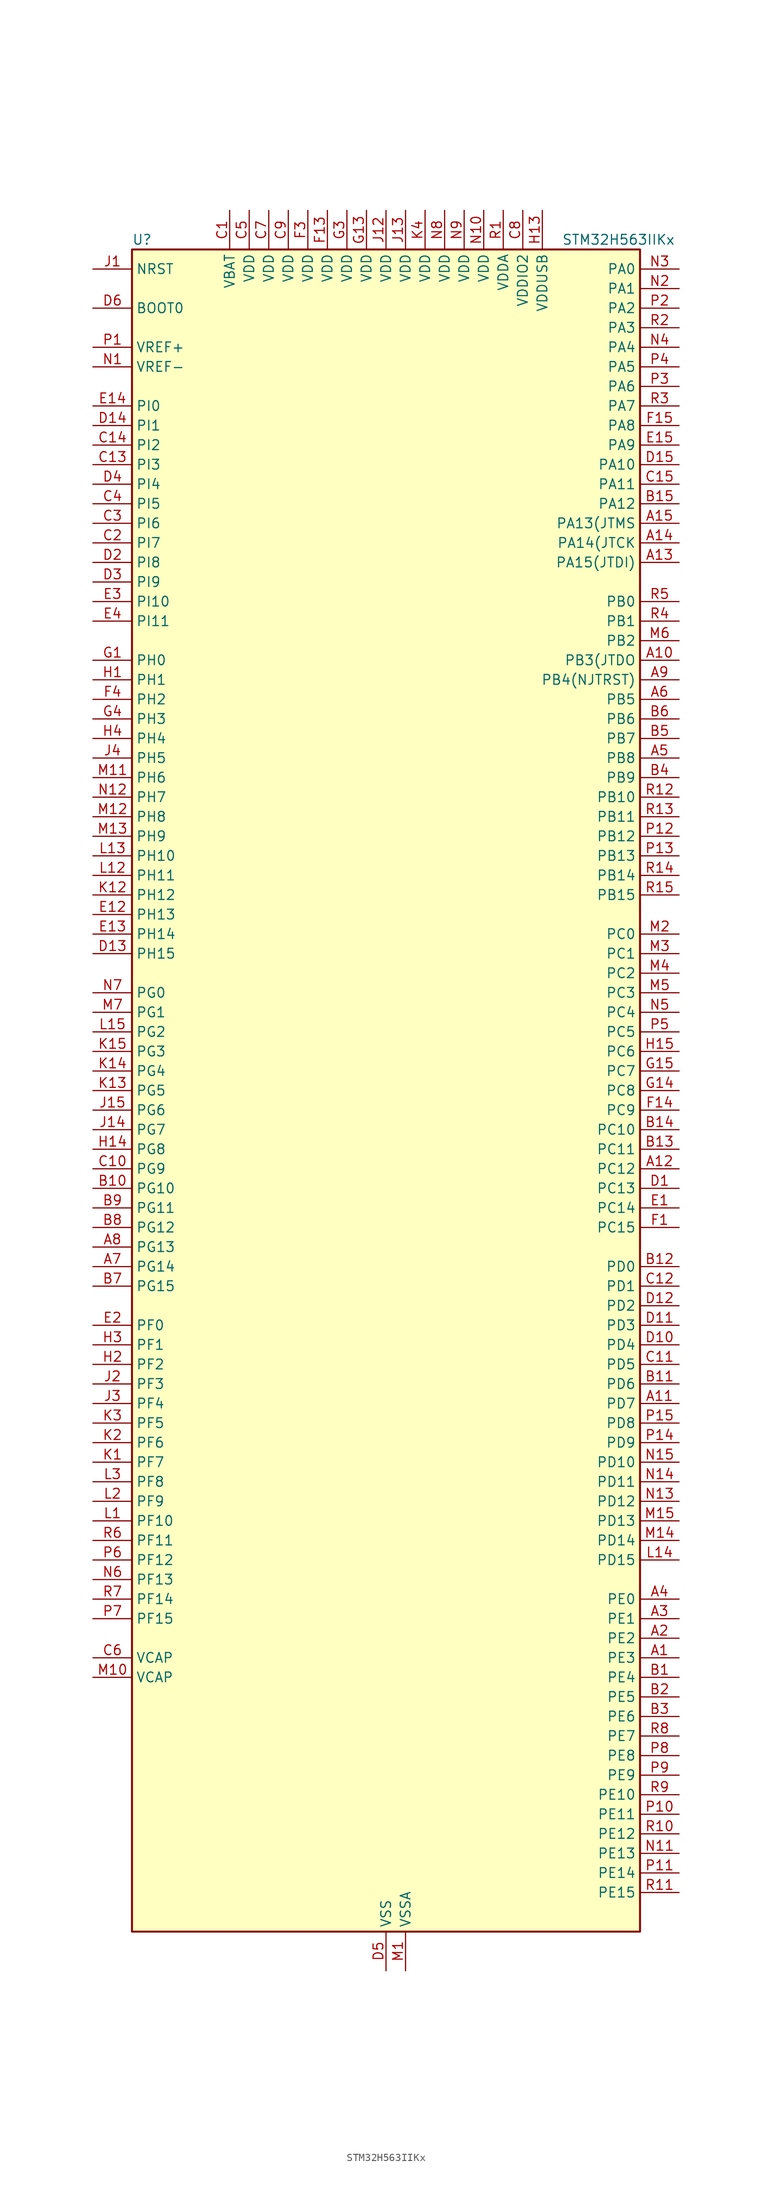
<source format=kicad_sym>
(kicad_symbol_lib
  (version 20231120)
  (generator "kicad-library-utils")
  (generator_version "8.0")
  (symbol "STM32H563IIKx"
    (property "Reference" "U"
      (at -33.02 110.49 0)
      (effects (font (size 1.27 1.27)) (justify left)))
    (property "Value" "STM32H563IIKx"
      (at 22.86 110.49 0)
      (effects (font (size 1.27 1.27)) (justify left)))
    (symbol "STM32H563IIKx_0_1"
      (rectangle (start -33.02 -109.22) (end 33.02 109.22) (stroke (width 0.254) (type default)) (fill (type background))))
    (symbol "STM32H563IIKx_1_1"
      (pin bidirectional line (at 38.1 -73.66 180) (length 5.08) (name "PE3" (effects (font (size 1.27 1.27)))) (number "A1" (effects (font (size 1.27 1.27)))) (alternate "DEBUG_TRACED0" bidirectional line) (alternate "FMC_A19" bidirectional line) (alternate "SAI1_SD_B" bidirectional line) (alternate "TAMP_IN6" bidirectional line) (alternate "TAMP_OUT3" bidirectional line) (alternate "TIM15_BKIN" bidirectional line) (alternate "USART10_TX" bidirectional line))
      (pin bidirectional line (at 38.1 55.88 180) (length 5.08) (name "PB3(JTDO" (effects (font (size 1.27 1.27)))) (number "A10" (effects (font (size 1.27 1.27)))) (alternate "CRS_SYNC" bidirectional line) (alternate "DEBUG_JTDO-SWO" bidirectional line) (alternate "I2C2_SDA" bidirectional line) (alternate "I2S1_CK" bidirectional line) (alternate "I2S3_CK" bidirectional line) (alternate "LPTIM6_ETR" bidirectional line) (alternate "SDMMC2_D2" bidirectional line) (alternate "SPI1_SCK" bidirectional line) (alternate "SPI3_SCK" bidirectional line) (alternate "SPI6_SCK" bidirectional line) (alternate "TIM2_CH2" bidirectional line) (alternate "UART12_CTS" bidirectional line) (alternate "UART7_RX" bidirectional line))
      (pin bidirectional line (at 38.1 -40.64 180) (length 5.08) (name "PD7" (effects (font (size 1.27 1.27)))) (number "A11" (effects (font (size 1.27 1.27)))) (alternate "FMC_NCE" bidirectional line) (alternate "FMC_NE1" bidirectional line) (alternate "I2S1_SDO" bidirectional line) (alternate "LPTIM4_OUT" bidirectional line) (alternate "OCTOSPI1_IO7" bidirectional line) (alternate "SDMMC2_CMD" bidirectional line) (alternate "SPI1_MOSI" bidirectional line) (alternate "USART2_CK" bidirectional line))
      (pin bidirectional line (at 38.1 -10.16 180) (length 5.08) (name "PC12" (effects (font (size 1.27 1.27)))) (number "A12" (effects (font (size 1.27 1.27)))) (alternate "DCMI_D9" bidirectional line) (alternate "DEBUG_TRACED3" bidirectional line) (alternate "I2S3_SDO" bidirectional line) (alternate "PSSI_D9" bidirectional line) (alternate "SDMMC1_CK" bidirectional line) (alternate "SPI3_MOSI" bidirectional line) (alternate "SPI6_SCK" bidirectional line) (alternate "TIM15_CH1" bidirectional line) (alternate "UART5_TX" bidirectional line) (alternate "USART3_CK" bidirectional line))
      (pin bidirectional line (at 38.1 68.58 180) (length 5.08) (name "PA15(JTDI)" (effects (font (size 1.27 1.27)))) (number "A13" (effects (font (size 1.27 1.27)))) (alternate "ADC1_EXTI15" bidirectional line) (alternate "ADC2_EXTI15" bidirectional line) (alternate "CEC" bidirectional line) (alternate "DCMI_D11" bidirectional line) (alternate "DEBUG_JTDI" bidirectional line) (alternate "FMC_NBL1" bidirectional line) (alternate "I2S1_WS" bidirectional line) (alternate "I2S3_WS" bidirectional line) (alternate "LPTIM3_IN2" bidirectional line) (alternate "PSSI_D11" bidirectional line) (alternate "SPI1_NSS" bidirectional line) (alternate "SPI3_NSS" bidirectional line) (alternate "SPI6_NSS" bidirectional line) (alternate "TIM2_CH1" bidirectional line) (alternate "TIM2_ETR" bidirectional line) (alternate "UART4_DE" bidirectional line) (alternate "UART4_RTS" bidirectional line) (alternate "UART7_TX" bidirectional line))
      (pin bidirectional line (at 38.1 71.12 180) (length 5.08) (name "PA14(JTCK" (effects (font (size 1.27 1.27)))) (number "A14" (effects (font (size 1.27 1.27)))) (alternate "DEBUG_JTCK-SWCLK" bidirectional line))
      (pin bidirectional line (at 38.1 73.66 180) (length 5.08) (name "PA13(JTMS" (effects (font (size 1.27 1.27)))) (number "A15" (effects (font (size 1.27 1.27)))) (alternate "DEBUG_JTMS-SWDIO" bidirectional line))
      (pin bidirectional line (at 38.1 -71.12 180) (length 5.08) (name "PE2" (effects (font (size 1.27 1.27)))) (number "A2" (effects (font (size 1.27 1.27)))) (alternate "DCMI_D3" bidirectional line) (alternate "DEBUG_TRACECLK" bidirectional line) (alternate "ETH_TXD3" bidirectional line) (alternate "FMC_A23" bidirectional line) (alternate "LPTIM1_IN2" bidirectional line) (alternate "OCTOSPI1_IO2" bidirectional line) (alternate "PSSI_D3" bidirectional line) (alternate "SAI1_CK1" bidirectional line) (alternate "SAI1_MCLK_A" bidirectional line) (alternate "SPI4_SCK" bidirectional line) (alternate "UART8_TX" bidirectional line) (alternate "USART10_RX" bidirectional line))
      (pin bidirectional line (at 38.1 -68.58 180) (length 5.08) (name "PE1" (effects (font (size 1.27 1.27)))) (number "A3" (effects (font (size 1.27 1.27)))) (alternate "DCMI_D3" bidirectional line) (alternate "FDCAN1_TX" bidirectional line) (alternate "FMC_NBL1" bidirectional line) (alternate "LPTIM1_IN2" bidirectional line) (alternate "PSSI_D3" bidirectional line) (alternate "UART8_TX" bidirectional line))
      (pin bidirectional line (at 38.1 -66.04 180) (length 5.08) (name "PE0" (effects (font (size 1.27 1.27)))) (number "A4" (effects (font (size 1.27 1.27)))) (alternate "DCMI_D2" bidirectional line) (alternate "FDCAN1_RX" bidirectional line) (alternate "FMC_NBL0" bidirectional line) (alternate "LPTIM1_ETR" bidirectional line) (alternate "LPTIM2_CH2" bidirectional line) (alternate "LPTIM2_ETR" bidirectional line) (alternate "PSSI_D2" bidirectional line) (alternate "SAI2_MCLK_A" bidirectional line) (alternate "SPI3_RDY" bidirectional line) (alternate "TIM4_ETR" bidirectional line) (alternate "UART8_RX" bidirectional line))
      (pin bidirectional line (at 38.1 43.18 180) (length 5.08) (name "PB8" (effects (font (size 1.27 1.27)))) (number "A5" (effects (font (size 1.27 1.27)))) (alternate "DCMI_D6" bidirectional line) (alternate "ETH_TXD3" bidirectional line) (alternate "FDCAN1_RX" bidirectional line) (alternate "I2C1_SCL" bidirectional line) (alternate "I2C4_SCL" bidirectional line) (alternate "I3C1_SCL" bidirectional line) (alternate "PSSI_D6" bidirectional line) (alternate "SDMMC1_CKIN" bidirectional line) (alternate "SDMMC1_D4" bidirectional line) (alternate "SDMMC2_D4" bidirectional line) (alternate "SPI4_RDY" bidirectional line) (alternate "TIM16_CH1" bidirectional line) (alternate "TIM4_CH3" bidirectional line) (alternate "UART4_RX" bidirectional line))
      (pin bidirectional line (at 38.1 50.8 180) (length 5.08) (name "PB5" (effects (font (size 1.27 1.27)))) (number "A6" (effects (font (size 1.27 1.27)))) (alternate "DCMI_D10" bidirectional line) (alternate "ETH_PPS_OUT" bidirectional line) (alternate "FDCAN2_RX" bidirectional line) (alternate "FMC_SDCKE1" bidirectional line) (alternate "I2C1_SMBA" bidirectional line) (alternate "I2C4_SMBA" bidirectional line) (alternate "I2S1_SDO" bidirectional line) (alternate "I2S3_SDO" bidirectional line) (alternate "OCTOSPI1_NCLK" bidirectional line) (alternate "PSSI_D10" bidirectional line) (alternate "SPI1_MOSI" bidirectional line) (alternate "SPI3_MOSI" bidirectional line) (alternate "SPI6_MOSI" bidirectional line) (alternate "TIM17_BKIN" bidirectional line) (alternate "TIM3_CH2" bidirectional line) (alternate "UART5_RX" bidirectional line))
      (pin bidirectional line (at -38.1 -22.86 0) (length 5.08) (name "PG14" (effects (font (size 1.27 1.27)))) (number "A7" (effects (font (size 1.27 1.27)))) (alternate "DEBUG_TRACED1" bidirectional line) (alternate "ETH_TXD1" bidirectional line) (alternate "FMC_A25" bidirectional line) (alternate "LPTIM1_CH2" bidirectional line) (alternate "LPTIM1_ETR" bidirectional line) (alternate "LPTIM5_IN1" bidirectional line) (alternate "OCTOSPI1_IO7" bidirectional line) (alternate "SDMMC2_D7" bidirectional line) (alternate "SPI6_MOSI" bidirectional line) (alternate "USART10_RTS" bidirectional line) (alternate "USART6_TX" bidirectional line))
      (pin bidirectional line (at -38.1 -20.32 0) (length 5.08) (name "PG13" (effects (font (size 1.27 1.27)))) (number "A8" (effects (font (size 1.27 1.27)))) (alternate "DEBUG_TRACED0" bidirectional line) (alternate "ETH_TXD0" bidirectional line) (alternate "FMC_A24" bidirectional line) (alternate "LPTIM1_CH1" bidirectional line) (alternate "LPTIM5_CH2" bidirectional line) (alternate "SDMMC2_D6" bidirectional line) (alternate "SPI6_SCK" bidirectional line) (alternate "USART10_CTS" bidirectional line) (alternate "USART10_NSS" bidirectional line) (alternate "USART6_CTS" bidirectional line) (alternate "USART6_NSS" bidirectional line))
      (pin bidirectional line (at 38.1 53.34 180) (length 5.08) (name "PB4(NJTRST)" (effects (font (size 1.27 1.27)))) (number "A9" (effects (font (size 1.27 1.27)))) (alternate "DCMI_D7" bidirectional line) (alternate "DEBUG_JTRST" bidirectional line) (alternate "I2S1_SDI" bidirectional line) (alternate "I2S2_WS" bidirectional line) (alternate "I2S3_SDI" bidirectional line) (alternate "LPTIM1_CH2" bidirectional line) (alternate "OCTOSPI1_CLK" bidirectional line) (alternate "PSSI_D7" bidirectional line) (alternate "SDMMC2_D3" bidirectional line) (alternate "SPI1_MISO" bidirectional line) (alternate "SPI2_NSS" bidirectional line) (alternate "SPI3_MISO" bidirectional line) (alternate "SPI6_MISO" bidirectional line) (alternate "TIM16_BKIN" bidirectional line) (alternate "TIM3_CH1" bidirectional line) (alternate "UART7_TX" bidirectional line))
      (pin bidirectional line (at 38.1 -76.2 180) (length 5.08) (name "PE4" (effects (font (size 1.27 1.27)))) (number "B1" (effects (font (size 1.27 1.27)))) (alternate "DCMI_D4" bidirectional line) (alternate "DEBUG_TRACED1" bidirectional line) (alternate "FMC_A20" bidirectional line) (alternate "PSSI_D4" bidirectional line) (alternate "SAI1_D2" bidirectional line) (alternate "SAI1_FS_A" bidirectional line) (alternate "SPI4_NSS" bidirectional line) (alternate "TAMP_IN7" bidirectional line) (alternate "TAMP_OUT8" bidirectional line) (alternate "TIM15_CH1N" bidirectional line))
      (pin bidirectional line (at -38.1 -12.7 0) (length 5.08) (name "PG10" (effects (font (size 1.27 1.27)))) (number "B10" (effects (font (size 1.27 1.27)))) (alternate "DCMI_D2" bidirectional line) (alternate "FMC_NE3" bidirectional line) (alternate "I2S1_WS" bidirectional line) (alternate "PSSI_D2" bidirectional line) (alternate "SAI2_SD_B" bidirectional line) (alternate "SDMMC2_D1" bidirectional line) (alternate "SPI1_NSS" bidirectional line))
      (pin bidirectional line (at 38.1 -38.1 180) (length 5.08) (name "PD6" (effects (font (size 1.27 1.27)))) (number "B11" (effects (font (size 1.27 1.27)))) (alternate "DCMI_D10" bidirectional line) (alternate "FMC_NWAIT" bidirectional line) (alternate "I2S3_SDO" bidirectional line) (alternate "OCTOSPI1_IO6" bidirectional line) (alternate "PSSI_D10" bidirectional line) (alternate "SAI1_D1" bidirectional line) (alternate "SAI1_SD_A" bidirectional line) (alternate "SDMMC2_CK" bidirectional line) (alternate "SPI3_MOSI" bidirectional line) (alternate "USART2_RX" bidirectional line))
      (pin bidirectional line (at 38.1 -22.86 180) (length 5.08) (name "PD0" (effects (font (size 1.27 1.27)))) (number "B12" (effects (font (size 1.27 1.27)))) (alternate "FDCAN1_RX" bidirectional line) (alternate "FMC_D2" bidirectional line) (alternate "FMC_DA2" bidirectional line) (alternate "TIM8_CH4N" bidirectional line) (alternate "UART4_RX" bidirectional line) (alternate "UART9_CTS" bidirectional line))
      (pin bidirectional line (at 38.1 -7.62 180) (length 5.08) (name "PC11" (effects (font (size 1.27 1.27)))) (number "B13" (effects (font (size 1.27 1.27)))) (alternate "ADC1_EXTI11" bidirectional line) (alternate "ADC2_EXTI11" bidirectional line) (alternate "DCMI_D4" bidirectional line) (alternate "I2S3_SDI" bidirectional line) (alternate "LPTIM3_IN1" bidirectional line) (alternate "OCTOSPI1_NCS" bidirectional line) (alternate "PSSI_D4" bidirectional line) (alternate "SDMMC1_D3" bidirectional line) (alternate "SPI3_MISO" bidirectional line) (alternate "UART4_RX" bidirectional line) (alternate "USART3_RX" bidirectional line))
      (pin bidirectional line (at 38.1 -5.08 180) (length 5.08) (name "PC10" (effects (font (size 1.27 1.27)))) (number "B14" (effects (font (size 1.27 1.27)))) (alternate "DCMI_D8" bidirectional line) (alternate "ETH_TXD0" bidirectional line) (alternate "I2S3_CK" bidirectional line) (alternate "LPTIM3_ETR" bidirectional line) (alternate "OCTOSPI1_IO1" bidirectional line) (alternate "PSSI_D8" bidirectional line) (alternate "SDMMC1_D2" bidirectional line) (alternate "SPI3_SCK" bidirectional line) (alternate "UART4_TX" bidirectional line) (alternate "USART3_TX" bidirectional line))
      (pin bidirectional line (at 38.1 76.2 180) (length 5.08) (name "PA12" (effects (font (size 1.27 1.27)))) (number "B15" (effects (font (size 1.27 1.27)))) (alternate "FDCAN1_TX" bidirectional line) (alternate "I2S2_CK" bidirectional line) (alternate "LPUART1_RTS" bidirectional line) (alternate "SAI2_FS_B" bidirectional line) (alternate "SPI2_SCK" bidirectional line) (alternate "TIM1_ETR" bidirectional line) (alternate "UART4_TX" bidirectional line) (alternate "USART1_RTS" bidirectional line) (alternate "USB_DP" bidirectional line))
      (pin bidirectional line (at 38.1 -78.74 180) (length 5.08) (name "PE5" (effects (font (size 1.27 1.27)))) (number "B2" (effects (font (size 1.27 1.27)))) (alternate "DCMI_D6" bidirectional line) (alternate "DEBUG_TRACED2" bidirectional line) (alternate "FMC_A21" bidirectional line) (alternate "PSSI_D6" bidirectional line) (alternate "SAI1_CK2" bidirectional line) (alternate "SAI1_SCK_A" bidirectional line) (alternate "SPI4_MISO" bidirectional line) (alternate "TAMP_IN8" bidirectional line) (alternate "TAMP_OUT7" bidirectional line) (alternate "TIM15_CH1" bidirectional line))
      (pin bidirectional line (at 38.1 -81.28 180) (length 5.08) (name "PE6" (effects (font (size 1.27 1.27)))) (number "B3" (effects (font (size 1.27 1.27)))) (alternate "DCMI_D7" bidirectional line) (alternate "DEBUG_TRACED3" bidirectional line) (alternate "FMC_A22" bidirectional line) (alternate "PSSI_D7" bidirectional line) (alternate "SAI1_D1" bidirectional line) (alternate "SAI1_SD_A" bidirectional line) (alternate "SAI2_MCLK_B" bidirectional line) (alternate "SPI4_MOSI" bidirectional line) (alternate "TAMP_IN3" bidirectional line) (alternate "TAMP_OUT6" bidirectional line) (alternate "TIM15_CH2" bidirectional line) (alternate "TIM1_BKIN2" bidirectional line))
      (pin bidirectional line (at 38.1 40.64 180) (length 5.08) (name "PB9" (effects (font (size 1.27 1.27)))) (number "B4" (effects (font (size 1.27 1.27)))) (alternate "DAC1_EXTI9" bidirectional line) (alternate "DCMI_D7" bidirectional line) (alternate "FDCAN1_TX" bidirectional line) (alternate "I2C1_SDA" bidirectional line) (alternate "I2C4_SDA" bidirectional line) (alternate "I2S2_WS" bidirectional line) (alternate "I3C1_SDA" bidirectional line) (alternate "PSSI_D7" bidirectional line) (alternate "SDMMC1_CDIR" bidirectional line) (alternate "SDMMC1_D5" bidirectional line) (alternate "SDMMC2_CKIN" bidirectional line) (alternate "SDMMC2_D5" bidirectional line) (alternate "SPI2_NSS" bidirectional line) (alternate "TIM17_CH1" bidirectional line) (alternate "TIM4_CH4" bidirectional line) (alternate "UART4_TX" bidirectional line))
      (pin bidirectional line (at 38.1 45.72 180) (length 5.08) (name "PB7" (effects (font (size 1.27 1.27)))) (number "B5" (effects (font (size 1.27 1.27)))) (alternate "DCMI_VSYNC" bidirectional line) (alternate "FDCAN1_TX" bidirectional line) (alternate "FMC_NL" bidirectional line) (alternate "I2C1_SDA" bidirectional line) (alternate "I2C4_SDA" bidirectional line) (alternate "I3C1_SDA" bidirectional line) (alternate "LPUART1_RX" bidirectional line) (alternate "PSSI_RDY" bidirectional line) (alternate "PWR_WKUP5" bidirectional line) (alternate "SDMMC2_CKIN" bidirectional line) (alternate "SDMMC2_D5" bidirectional line) (alternate "TIM17_CH1N" bidirectional line) (alternate "TIM4_CH2" bidirectional line) (alternate "USART1_RX" bidirectional line))
      (pin bidirectional line (at 38.1 48.26 180) (length 5.08) (name "PB6" (effects (font (size 1.27 1.27)))) (number "B6" (effects (font (size 1.27 1.27)))) (alternate "CEC" bidirectional line) (alternate "DCMI_D5" bidirectional line) (alternate "FDCAN2_TX" bidirectional line) (alternate "FMC_SDNE1" bidirectional line) (alternate "I2C1_SCL" bidirectional line) (alternate "I2C4_SCL" bidirectional line) (alternate "I3C1_SCL" bidirectional line) (alternate "LPUART1_TX" bidirectional line) (alternate "OCTOSPI1_NCS" bidirectional line) (alternate "PSSI_D5" bidirectional line) (alternate "TIM16_CH1N" bidirectional line) (alternate "TIM4_CH1" bidirectional line) (alternate "UART5_TX" bidirectional line) (alternate "USART1_TX" bidirectional line))
      (pin bidirectional line (at -38.1 -25.4 0) (length 5.08) (name "PG15" (effects (font (size 1.27 1.27)))) (number "B7" (effects (font (size 1.27 1.27)))) (alternate "ADC1_EXTI15" bidirectional line) (alternate "ADC2_EXTI15" bidirectional line) (alternate "DCMI_D13" bidirectional line) (alternate "FMC_SDNCAS" bidirectional line) (alternate "PSSI_D13" bidirectional line) (alternate "SPI4_RDY" bidirectional line) (alternate "USART10_CK" bidirectional line) (alternate "USART6_CTS" bidirectional line) (alternate "USART6_NSS" bidirectional line))
      (pin bidirectional line (at -38.1 -17.78 0) (length 5.08) (name "PG12" (effects (font (size 1.27 1.27)))) (number "B8" (effects (font (size 1.27 1.27)))) (alternate "DCMI_D11" bidirectional line) (alternate "ETH_TXD1" bidirectional line) (alternate "FMC_NE4" bidirectional line) (alternate "LPTIM1_IN1" bidirectional line) (alternate "LPTIM5_CH1" bidirectional line) (alternate "PSSI_D11" bidirectional line) (alternate "PSSI_D15" bidirectional line) (alternate "SDMMC2_D3" bidirectional line) (alternate "SPI6_MISO" bidirectional line) (alternate "USART10_TX" bidirectional line) (alternate "USART6_RTS" bidirectional line))
      (pin bidirectional line (at -38.1 -15.24 0) (length 5.08) (name "PG11" (effects (font (size 1.27 1.27)))) (number "B9" (effects (font (size 1.27 1.27)))) (alternate "ADC1_EXTI11" bidirectional line) (alternate "ADC2_EXTI11" bidirectional line) (alternate "DCMI_D3" bidirectional line) (alternate "ETH_TX_EN" bidirectional line) (alternate "I2S1_CK" bidirectional line) (alternate "LPTIM1_IN2" bidirectional line) (alternate "PSSI_D3" bidirectional line) (alternate "SDMMC2_D2" bidirectional line) (alternate "SPI1_SCK" bidirectional line) (alternate "USART10_RX" bidirectional line) (alternate "USART11_RTS" bidirectional line))
      (pin power_in line (at -20.32 114.3 270) (length 5.08) (name "VBAT" (effects (font (size 1.27 1.27)))) (number "C1" (effects (font (size 1.27 1.27)))))
      (pin bidirectional line (at -38.1 -10.16 0) (length 5.08) (name "PG9" (effects (font (size 1.27 1.27)))) (number "C10" (effects (font (size 1.27 1.27)))) (alternate "DAC1_EXTI9" bidirectional line) (alternate "DCMI_VSYNC" bidirectional line) (alternate "FMC_NCE" bidirectional line) (alternate "FMC_NE2" bidirectional line) (alternate "I2S1_SDI" bidirectional line) (alternate "OCTOSPI1_IO6" bidirectional line) (alternate "PSSI_RDY" bidirectional line) (alternate "SAI2_FS_B" bidirectional line) (alternate "SDMMC2_D0" bidirectional line) (alternate "SPI1_MISO" bidirectional line) (alternate "USART6_RX" bidirectional line))
      (pin bidirectional line (at 38.1 -35.56 180) (length 5.08) (name "PD5" (effects (font (size 1.27 1.27)))) (number "C11" (effects (font (size 1.27 1.27)))) (alternate "FDCAN1_TX" bidirectional line) (alternate "FMC_NWE" bidirectional line) (alternate "OCTOSPI1_IO5" bidirectional line) (alternate "SPI2_RDY" bidirectional line) (alternate "TIM1_CH4N" bidirectional line) (alternate "USART2_TX" bidirectional line))
      (pin bidirectional line (at 38.1 -25.4 180) (length 5.08) (name "PD1" (effects (font (size 1.27 1.27)))) (number "C12" (effects (font (size 1.27 1.27)))) (alternate "FDCAN1_TX" bidirectional line) (alternate "FMC_D3" bidirectional line) (alternate "FMC_DA3" bidirectional line) (alternate "UART4_TX" bidirectional line))
      (pin bidirectional line (at -38.1 81.28 0) (length 5.08) (name "PI3" (effects (font (size 1.27 1.27)))) (number "C13" (effects (font (size 1.27 1.27)))) (alternate "DCMI_D10" bidirectional line) (alternate "I2S2_SDO" bidirectional line) (alternate "PSSI_D10" bidirectional line) (alternate "SPI2_MOSI" bidirectional line) (alternate "TIM8_ETR" bidirectional line))
      (pin bidirectional line (at -38.1 83.82 0) (length 5.08) (name "PI2" (effects (font (size 1.27 1.27)))) (number "C14" (effects (font (size 1.27 1.27)))) (alternate "DCMI_D9" bidirectional line) (alternate "I2S2_SDI" bidirectional line) (alternate "PSSI_D9" bidirectional line) (alternate "SPI2_MISO" bidirectional line) (alternate "TIM8_CH4" bidirectional line))
      (pin bidirectional line (at 38.1 78.74 180) (length 5.08) (name "PA11" (effects (font (size 1.27 1.27)))) (number "C15" (effects (font (size 1.27 1.27)))) (alternate "ADC1_EXTI11" bidirectional line) (alternate "ADC2_EXTI11" bidirectional line) (alternate "FDCAN1_RX" bidirectional line) (alternate "I2S2_WS" bidirectional line) (alternate "LPUART1_CTS" bidirectional line) (alternate "SPI2_NSS" bidirectional line) (alternate "TIM1_CH4" bidirectional line) (alternate "UART4_RX" bidirectional line) (alternate "USART1_CTS" bidirectional line) (alternate "USART1_NSS" bidirectional line) (alternate "USB_DM" bidirectional line))
      (pin bidirectional line (at -38.1 71.12 0) (length 5.08) (name "PI7" (effects (font (size 1.27 1.27)))) (number "C2" (effects (font (size 1.27 1.27)))) (alternate "DCMI_D7" bidirectional line) (alternate "PSSI_D7" bidirectional line) (alternate "SAI2_FS_A" bidirectional line) (alternate "TIM8_CH3" bidirectional line))
      (pin bidirectional line (at -38.1 73.66 0) (length 5.08) (name "PI6" (effects (font (size 1.27 1.27)))) (number "C3" (effects (font (size 1.27 1.27)))) (alternate "DCMI_D6" bidirectional line) (alternate "PSSI_D6" bidirectional line) (alternate "SAI2_SD_A" bidirectional line) (alternate "TIM8_CH2" bidirectional line))
      (pin bidirectional line (at -38.1 76.2 0) (length 5.08) (name "PI5" (effects (font (size 1.27 1.27)))) (number "C4" (effects (font (size 1.27 1.27)))) (alternate "DCMI_VSYNC" bidirectional line) (alternate "PSSI_RDY" bidirectional line) (alternate "SAI2_SCK_A" bidirectional line) (alternate "TIM8_CH1" bidirectional line))
      (pin power_in line (at -17.78 114.3 270) (length 5.08) (name "VDD" (effects (font (size 1.27 1.27)))) (number "C5" (effects (font (size 1.27 1.27)))))
      (pin power_out line (at -38.1 -73.66 0) (length 5.08) (name "VCAP" (effects (font (size 1.27 1.27)))) (number "C6" (effects (font (size 1.27 1.27)))))
      (pin power_in line (at -15.24 114.3 270) (length 5.08) (name "VDD" (effects (font (size 1.27 1.27)))) (number "C7" (effects (font (size 1.27 1.27)))))
      (pin power_in line (at 17.78 114.3 270) (length 5.08) (name "VDDIO2" (effects (font (size 1.27 1.27)))) (number "C8" (effects (font (size 1.27 1.27)))))
      (pin power_in line (at -12.7 114.3 270) (length 5.08) (name "VDD" (effects (font (size 1.27 1.27)))) (number "C9" (effects (font (size 1.27 1.27)))))
      (pin bidirectional line (at 38.1 -12.7 180) (length 5.08) (name "PC13" (effects (font (size 1.27 1.27)))) (number "D1" (effects (font (size 1.27 1.27)))) (alternate "PWR_WKUP4" bidirectional line) (alternate "RTC_OUT1" bidirectional line) (alternate "RTC_TS" bidirectional line) (alternate "TAMP_IN1" bidirectional line) (alternate "TAMP_OUT2" bidirectional line) (alternate "TAMP_OUT3" bidirectional line))
      (pin bidirectional line (at 38.1 -33.02 180) (length 5.08) (name "PD4" (effects (font (size 1.27 1.27)))) (number "D10" (effects (font (size 1.27 1.27)))) (alternate "FMC_NOE" bidirectional line) (alternate "OCTOSPI1_IO4" bidirectional line) (alternate "USART2_RTS" bidirectional line))
      (pin bidirectional line (at 38.1 -30.48 180) (length 5.08) (name "PD3" (effects (font (size 1.27 1.27)))) (number "D11" (effects (font (size 1.27 1.27)))) (alternate "DCMI_D5" bidirectional line) (alternate "FMC_CLK" bidirectional line) (alternate "I2S2_CK" bidirectional line) (alternate "PSSI_D5" bidirectional line) (alternate "PWR_WKUP8" bidirectional line) (alternate "SPI2_SCK" bidirectional line) (alternate "USART2_CTS" bidirectional line) (alternate "USART2_NSS" bidirectional line))
      (pin bidirectional line (at 38.1 -27.94 180) (length 5.08) (name "PD2" (effects (font (size 1.27 1.27)))) (number "D12" (effects (font (size 1.27 1.27)))) (alternate "DCMI_D11" bidirectional line) (alternate "DEBUG_TRACED2" bidirectional line) (alternate "LPTIM4_ETR" bidirectional line) (alternate "PSSI_D11" bidirectional line) (alternate "PWR_WKUP7" bidirectional line) (alternate "SDMMC1_CMD" bidirectional line) (alternate "TIM15_BKIN" bidirectional line) (alternate "TIM3_ETR" bidirectional line) (alternate "UART5_RX" bidirectional line))
      (pin bidirectional line (at -38.1 17.78 0) (length 5.08) (name "PH15" (effects (font (size 1.27 1.27)))) (number "D13" (effects (font (size 1.27 1.27)))) (alternate "ADC1_EXTI15" bidirectional line) (alternate "ADC2_EXTI15" bidirectional line) (alternate "DCMI_D11" bidirectional line) (alternate "PSSI_D11" bidirectional line) (alternate "TIM8_CH3N" bidirectional line))
      (pin bidirectional line (at -38.1 86.36 0) (length 5.08) (name "PI1" (effects (font (size 1.27 1.27)))) (number "D14" (effects (font (size 1.27 1.27)))) (alternate "DCMI_D8" bidirectional line) (alternate "I2S2_CK" bidirectional line) (alternate "PSSI_D8" bidirectional line) (alternate "SPI2_SCK" bidirectional line) (alternate "TIM8_BKIN2" bidirectional line))
      (pin bidirectional line (at 38.1 81.28 180) (length 5.08) (name "PA10" (effects (font (size 1.27 1.27)))) (number "D15" (effects (font (size 1.27 1.27)))) (alternate "DCMI_D1" bidirectional line) (alternate "FDCAN2_TX" bidirectional line) (alternate "LPTIM2_IN2" bidirectional line) (alternate "LPUART1_RX" bidirectional line) (alternate "PSSI_D1" bidirectional line) (alternate "SDMMC1_D0" bidirectional line) (alternate "TIM1_CH3" bidirectional line) (alternate "UCPD1_FRSTX" bidirectional line) (alternate "USART1_RX" bidirectional line))
      (pin bidirectional line (at -38.1 68.58 0) (length 5.08) (name "PI8" (effects (font (size 1.27 1.27)))) (number "D2" (effects (font (size 1.27 1.27)))) (alternate "PWR_WKUP3" bidirectional line) (alternate "RTC_OUT2" bidirectional line) (alternate "TAMP_IN2" bidirectional line) (alternate "TAMP_OUT3" bidirectional line))
      (pin bidirectional line (at -38.1 66.04 0) (length 5.08) (name "PI9" (effects (font (size 1.27 1.27)))) (number "D3" (effects (font (size 1.27 1.27)))) (alternate "DAC1_EXTI9" bidirectional line) (alternate "FDCAN1_RX" bidirectional line) (alternate "UART4_RX" bidirectional line))
      (pin bidirectional line (at -38.1 78.74 0) (length 5.08) (name "PI4" (effects (font (size 1.27 1.27)))) (number "D4" (effects (font (size 1.27 1.27)))) (alternate "DCMI_D5" bidirectional line) (alternate "PSSI_D5" bidirectional line) (alternate "SAI2_MCLK_A" bidirectional line) (alternate "SPI2_RDY" bidirectional line) (alternate "TIM8_BKIN" bidirectional line))
      (pin power_in line (at 0 -114.3 90) (length 5.08) (name "VSS" (effects (font (size 1.27 1.27)))) (number "D5" (effects (font (size 1.27 1.27)))))
      (pin input line (at -38.1 101.6 0) (length 5.08) (name "BOOT0" (effects (font (size 1.27 1.27)))) (number "D6" (effects (font (size 1.27 1.27)))))
      (pin passive line (at 0 -114.3 90) (length 5.08) hide (name "VSS" (effects (font (size 1.27 1.27)))) (number "D7" (effects (font (size 1.27 1.27)))))
      (pin passive line (at 0 -114.3 90) (length 5.08) hide (name "VSS" (effects (font (size 1.27 1.27)))) (number "D8" (effects (font (size 1.27 1.27)))))
      (pin passive line (at 0 -114.3 90) (length 5.08) hide (name "VSS" (effects (font (size 1.27 1.27)))) (number "D9" (effects (font (size 1.27 1.27)))))
      (pin bidirectional line (at 38.1 -15.24 180) (length 5.08) (name "PC14" (effects (font (size 1.27 1.27)))) (number "E1" (effects (font (size 1.27 1.27)))) (alternate "RCC_OSC32_IN" bidirectional line))
      (pin bidirectional line (at -38.1 22.86 0) (length 5.08) (name "PH13" (effects (font (size 1.27 1.27)))) (number "E12" (effects (font (size 1.27 1.27)))) (alternate "DCMI_D3" bidirectional line) (alternate "FDCAN1_TX" bidirectional line) (alternate "LPTIM1_IN2" bidirectional line) (alternate "PSSI_D3" bidirectional line) (alternate "TIM8_CH1N" bidirectional line) (alternate "UART4_TX" bidirectional line) (alternate "UART8_TX" bidirectional line))
      (pin bidirectional line (at -38.1 20.32 0) (length 5.08) (name "PH14" (effects (font (size 1.27 1.27)))) (number "E13" (effects (font (size 1.27 1.27)))) (alternate "DCMI_D4" bidirectional line) (alternate "FDCAN1_RX" bidirectional line) (alternate "PSSI_D4" bidirectional line) (alternate "TIM8_CH2N" bidirectional line) (alternate "UART4_RX" bidirectional line))
      (pin bidirectional line (at -38.1 88.9 0) (length 5.08) (name "PI0" (effects (font (size 1.27 1.27)))) (number "E14" (effects (font (size 1.27 1.27)))) (alternate "DCMI_D13" bidirectional line) (alternate "I2S2_WS" bidirectional line) (alternate "PSSI_D13" bidirectional line) (alternate "SPI2_NSS" bidirectional line) (alternate "TIM5_CH4" bidirectional line))
      (pin bidirectional line (at 38.1 83.82 180) (length 5.08) (name "PA9" (effects (font (size 1.27 1.27)))) (number "E15" (effects (font (size 1.27 1.27)))) (alternate "DAC1_EXTI9" bidirectional line) (alternate "DCMI_D0" bidirectional line) (alternate "ETH_TX_ER" bidirectional line) (alternate "FMC_NWE" bidirectional line) (alternate "I2C3_SMBA" bidirectional line) (alternate "I2S2_CK" bidirectional line) (alternate "LPUART1_TX" bidirectional line) (alternate "PSSI_D0" bidirectional line) (alternate "SPI2_SCK" bidirectional line) (alternate "TIM1_CH2" bidirectional line) (alternate "UCPD1_DB1" bidirectional line) (alternate "USART1_TX" bidirectional line))
      (pin bidirectional line (at -38.1 -30.48 0) (length 5.08) (name "PF0" (effects (font (size 1.27 1.27)))) (number "E2" (effects (font (size 1.27 1.27)))) (alternate "FMC_A0" bidirectional line) (alternate "I2C2_SDA" bidirectional line) (alternate "LPTIM5_CH1" bidirectional line))
      (pin bidirectional line (at -38.1 63.5 0) (length 5.08) (name "PI10" (effects (font (size 1.27 1.27)))) (number "E3" (effects (font (size 1.27 1.27)))) (alternate "ETH_RX_ER" bidirectional line) (alternate "FDCAN1_RX" bidirectional line) (alternate "PSSI_D14" bidirectional line))
      (pin bidirectional line (at -38.1 60.96 0) (length 5.08) (name "PI11" (effects (font (size 1.27 1.27)))) (number "E4" (effects (font (size 1.27 1.27)))) (alternate "ADC1_EXTI11" bidirectional line) (alternate "ADC2_EXTI11" bidirectional line) (alternate "PSSI_D15" bidirectional line) (alternate "TAMP_IN4" bidirectional line) (alternate "TAMP_OUT5" bidirectional line))
      (pin bidirectional line (at 38.1 -17.78 180) (length 5.08) (name "PC15" (effects (font (size 1.27 1.27)))) (number "F1" (effects (font (size 1.27 1.27)))) (alternate "ADC1_EXTI15" bidirectional line) (alternate "ADC2_EXTI15" bidirectional line) (alternate "RCC_OSC32_OUT" bidirectional line))
      (pin passive line (at 0 -114.3 90) (length 5.08) hide (name "VSS" (effects (font (size 1.27 1.27)))) (number "F10" (effects (font (size 1.27 1.27)))))
      (pin passive line (at 0 -114.3 90) (length 5.08) hide (name "VSS" (effects (font (size 1.27 1.27)))) (number "F12" (effects (font (size 1.27 1.27)))))
      (pin power_in line (at -7.62 114.3 270) (length 5.08) (name "VDD" (effects (font (size 1.27 1.27)))) (number "F13" (effects (font (size 1.27 1.27)))))
      (pin bidirectional line (at 38.1 -2.54 180) (length 5.08) (name "PC9" (effects (font (size 1.27 1.27)))) (number "F14" (effects (font (size 1.27 1.27)))) (alternate "AUDIOCLK" bidirectional line) (alternate "DAC1_EXTI9" bidirectional line) (alternate "DCMI_D3" bidirectional line) (alternate "FMC_CLE" bidirectional line) (alternate "I2C3_SDA" bidirectional line) (alternate "OCTOSPI1_IO0" bidirectional line) (alternate "PSSI_D3" bidirectional line) (alternate "RCC_MCO_2" bidirectional line) (alternate "SDMMC1_D1" bidirectional line) (alternate "TIM3_CH4" bidirectional line) (alternate "TIM8_CH4" bidirectional line) (alternate "UART5_CTS" bidirectional line) (alternate "UCPD1_DB2" bidirectional line))
      (pin bidirectional line (at 38.1 86.36 180) (length 5.08) (name "PA8" (effects (font (size 1.27 1.27)))) (number "F15" (effects (font (size 1.27 1.27)))) (alternate "DCMI_D3" bidirectional line) (alternate "FMC_NOE" bidirectional line) (alternate "I2C3_SCL" bidirectional line) (alternate "PSSI_D3" bidirectional line) (alternate "RCC_MCO_1" bidirectional line) (alternate "SPI1_RDY" bidirectional line) (alternate "TIM1_CH1" bidirectional line) (alternate "TIM8_BKIN2" bidirectional line) (alternate "UART7_RX" bidirectional line) (alternate "USART1_CK" bidirectional line) (alternate "USB_SOF" bidirectional line))
      (pin passive line (at 0 -114.3 90) (length 5.08) hide (name "VSS" (effects (font (size 1.27 1.27)))) (number "F2" (effects (font (size 1.27 1.27)))))
      (pin power_in line (at -10.16 114.3 270) (length 5.08) (name "VDD" (effects (font (size 1.27 1.27)))) (number "F3" (effects (font (size 1.27 1.27)))))
      (pin bidirectional line (at -38.1 50.8 0) (length 5.08) (name "PH2" (effects (font (size 1.27 1.27)))) (number "F4" (effects (font (size 1.27 1.27)))) (alternate "ETH_CRS" bidirectional line) (alternate "FMC_SDCKE0" bidirectional line) (alternate "LPTIM1_IN2" bidirectional line) (alternate "OCTOSPI1_IO4" bidirectional line) (alternate "SAI2_SCK_B" bidirectional line))
      (pin passive line (at 0 -114.3 90) (length 5.08) hide (name "VSS" (effects (font (size 1.27 1.27)))) (number "F6" (effects (font (size 1.27 1.27)))))
      (pin passive line (at 0 -114.3 90) (length 5.08) hide (name "VSS" (effects (font (size 1.27 1.27)))) (number "F7" (effects (font (size 1.27 1.27)))))
      (pin passive line (at 0 -114.3 90) (length 5.08) hide (name "VSS" (effects (font (size 1.27 1.27)))) (number "F8" (effects (font (size 1.27 1.27)))))
      (pin passive line (at 0 -114.3 90) (length 5.08) hide (name "VSS" (effects (font (size 1.27 1.27)))) (number "F9" (effects (font (size 1.27 1.27)))))
      (pin bidirectional line (at -38.1 55.88 0) (length 5.08) (name "PH0" (effects (font (size 1.27 1.27)))) (number "G1" (effects (font (size 1.27 1.27)))) (alternate "RCC_OSC_IN" bidirectional line))
      (pin passive line (at 0 -114.3 90) (length 5.08) hide (name "VSS" (effects (font (size 1.27 1.27)))) (number "G10" (effects (font (size 1.27 1.27)))))
      (pin passive line (at 0 -114.3 90) (length 5.08) hide (name "VSS" (effects (font (size 1.27 1.27)))) (number "G12" (effects (font (size 1.27 1.27)))))
      (pin power_in line (at -2.54 114.3 270) (length 5.08) (name "VDD" (effects (font (size 1.27 1.27)))) (number "G13" (effects (font (size 1.27 1.27)))))
      (pin bidirectional line (at 38.1 0 180) (length 5.08) (name "PC8" (effects (font (size 1.27 1.27)))) (number "G14" (effects (font (size 1.27 1.27)))) (alternate "DCMI_D2" bidirectional line) (alternate "DEBUG_TRACED1" bidirectional line) (alternate "FMC_ALE" bidirectional line) (alternate "FMC_INT" bidirectional line) (alternate "FMC_NCE" bidirectional line) (alternate "FMC_NE2" bidirectional line) (alternate "PSSI_D2" bidirectional line) (alternate "SDMMC1_D0" bidirectional line) (alternate "TIM3_CH3" bidirectional line) (alternate "TIM8_CH3" bidirectional line) (alternate "UART5_DE" bidirectional line) (alternate "UART5_RTS" bidirectional line) (alternate "USART6_CK" bidirectional line))
      (pin bidirectional line (at 38.1 2.54 180) (length 5.08) (name "PC7" (effects (font (size 1.27 1.27)))) (number "G15" (effects (font (size 1.27 1.27)))) (alternate "DCMI_D1" bidirectional line) (alternate "DEBUG_TRGIO" bidirectional line) (alternate "FMC_NE1" bidirectional line) (alternate "I2S3_MCK" bidirectional line) (alternate "OCTOSPI1_IO6" bidirectional line) (alternate "PSSI_D1" bidirectional line) (alternate "SDMMC1_D123DIR" bidirectional line) (alternate "SDMMC1_D7" bidirectional line) (alternate "SDMMC2_D7" bidirectional line) (alternate "TIM3_CH2" bidirectional line) (alternate "TIM8_CH2" bidirectional line) (alternate "USART6_RX" bidirectional line))
      (pin passive line (at 0 -114.3 90) (length 5.08) hide (name "VSS" (effects (font (size 1.27 1.27)))) (number "G2" (effects (font (size 1.27 1.27)))))
      (pin power_in line (at -5.08 114.3 270) (length 5.08) (name "VDD" (effects (font (size 1.27 1.27)))) (number "G3" (effects (font (size 1.27 1.27)))))
      (pin bidirectional line (at -38.1 48.26 0) (length 5.08) (name "PH3" (effects (font (size 1.27 1.27)))) (number "G4" (effects (font (size 1.27 1.27)))) (alternate "ETH_COL" bidirectional line) (alternate "FMC_SDNE0" bidirectional line) (alternate "OCTOSPI1_IO5" bidirectional line) (alternate "SAI2_MCLK_B" bidirectional line))
      (pin passive line (at 0 -114.3 90) (length 5.08) hide (name "VSS" (effects (font (size 1.27 1.27)))) (number "G6" (effects (font (size 1.27 1.27)))))
      (pin passive line (at 0 -114.3 90) (length 5.08) hide (name "VSS" (effects (font (size 1.27 1.27)))) (number "G7" (effects (font (size 1.27 1.27)))))
      (pin passive line (at 0 -114.3 90) (length 5.08) hide (name "VSS" (effects (font (size 1.27 1.27)))) (number "G8" (effects (font (size 1.27 1.27)))))
      (pin passive line (at 0 -114.3 90) (length 5.08) hide (name "VSS" (effects (font (size 1.27 1.27)))) (number "G9" (effects (font (size 1.27 1.27)))))
      (pin bidirectional line (at -38.1 53.34 0) (length 5.08) (name "PH1" (effects (font (size 1.27 1.27)))) (number "H1" (effects (font (size 1.27 1.27)))) (alternate "RCC_OSC_OUT" bidirectional line))
      (pin passive line (at 0 -114.3 90) (length 5.08) hide (name "VSS" (effects (font (size 1.27 1.27)))) (number "H10" (effects (font (size 1.27 1.27)))))
      (pin passive line (at 0 -114.3 90) (length 5.08) hide (name "VSS" (effects (font (size 1.27 1.27)))) (number "H12" (effects (font (size 1.27 1.27)))))
      (pin power_in line (at 20.32 114.3 270) (length 5.08) (name "VDDUSB" (effects (font (size 1.27 1.27)))) (number "H13" (effects (font (size 1.27 1.27)))))
      (pin bidirectional line (at -38.1 -7.62 0) (length 5.08) (name "PG8" (effects (font (size 1.27 1.27)))) (number "H14" (effects (font (size 1.27 1.27)))) (alternate "ETH_PPS_OUT" bidirectional line) (alternate "FMC_SDCLK" bidirectional line) (alternate "SPI6_NSS" bidirectional line) (alternate "TIM8_ETR" bidirectional line) (alternate "USART6_RTS" bidirectional line))
      (pin bidirectional line (at 38.1 5.08 180) (length 5.08) (name "PC6" (effects (font (size 1.27 1.27)))) (number "H15" (effects (font (size 1.27 1.27)))) (alternate "DCMI_D0" bidirectional line) (alternate "FMC_NWAIT" bidirectional line) (alternate "I2S2_MCK" bidirectional line) (alternate "OCTOSPI1_IO5" bidirectional line) (alternate "PSSI_D0" bidirectional line) (alternate "SAI1_SCK_A" bidirectional line) (alternate "SDMMC1_D0DIR" bidirectional line) (alternate "SDMMC1_D6" bidirectional line) (alternate "SDMMC2_D6" bidirectional line) (alternate "TIM3_CH1" bidirectional line) (alternate "TIM8_CH1" bidirectional line) (alternate "USART6_TX" bidirectional line))
      (pin bidirectional line (at -38.1 -35.56 0) (length 5.08) (name "PF2" (effects (font (size 1.27 1.27)))) (number "H2" (effects (font (size 1.27 1.27)))) (alternate "FMC_A2" bidirectional line) (alternate "I2C2_SMBA" bidirectional line) (alternate "LPTIM3_CH2" bidirectional line) (alternate "LPTIM3_IN2" bidirectional line) (alternate "LPTIM5_IN1" bidirectional line) (alternate "UART12_TX" bidirectional line) (alternate "USART11_CK" bidirectional line))
      (pin bidirectional line (at -38.1 -33.02 0) (length 5.08) (name "PF1" (effects (font (size 1.27 1.27)))) (number "H3" (effects (font (size 1.27 1.27)))) (alternate "FMC_A1" bidirectional line) (alternate "I2C2_SCL" bidirectional line) (alternate "LPTIM5_CH2" bidirectional line))
      (pin bidirectional line (at -38.1 45.72 0) (length 5.08) (name "PH4" (effects (font (size 1.27 1.27)))) (number "H4" (effects (font (size 1.27 1.27)))) (alternate "I2C2_SCL" bidirectional line) (alternate "PSSI_D14" bidirectional line) (alternate "SPI5_RDY" bidirectional line) (alternate "SPI6_RDY" bidirectional line))
      (pin passive line (at 0 -114.3 90) (length 5.08) hide (name "VSS" (effects (font (size 1.27 1.27)))) (number "H6" (effects (font (size 1.27 1.27)))))
      (pin passive line (at 0 -114.3 90) (length 5.08) hide (name "VSS" (effects (font (size 1.27 1.27)))) (number "H7" (effects (font (size 1.27 1.27)))))
      (pin passive line (at 0 -114.3 90) (length 5.08) hide (name "VSS" (effects (font (size 1.27 1.27)))) (number "H8" (effects (font (size 1.27 1.27)))))
      (pin passive line (at 0 -114.3 90) (length 5.08) hide (name "VSS" (effects (font (size 1.27 1.27)))) (number "H9" (effects (font (size 1.27 1.27)))))
      (pin input line (at -38.1 106.68 0) (length 5.08) (name "NRST" (effects (font (size 1.27 1.27)))) (number "J1" (effects (font (size 1.27 1.27)))))
      (pin passive line (at 0 -114.3 90) (length 5.08) hide (name "VSS" (effects (font (size 1.27 1.27)))) (number "J10" (effects (font (size 1.27 1.27)))))
      (pin power_in line (at 0 114.3 270) (length 5.08) (name "VDD" (effects (font (size 1.27 1.27)))) (number "J12" (effects (font (size 1.27 1.27)))))
      (pin power_in line (at 2.54 114.3 270) (length 5.08) (name "VDD" (effects (font (size 1.27 1.27)))) (number "J13" (effects (font (size 1.27 1.27)))))
      (pin bidirectional line (at -38.1 -5.08 0) (length 5.08) (name "PG7" (effects (font (size 1.27 1.27)))) (number "J14" (effects (font (size 1.27 1.27)))) (alternate "DCMI_D13" bidirectional line) (alternate "FMC_INT" bidirectional line) (alternate "I2C4_SCL" bidirectional line) (alternate "I3C1_SCL" bidirectional line) (alternate "PSSI_D13" bidirectional line) (alternate "SAI1_CK2" bidirectional line) (alternate "SAI1_MCLK_A" bidirectional line) (alternate "UCPD1_FRSTX" bidirectional line) (alternate "USART6_CK" bidirectional line))
      (pin bidirectional line (at -38.1 -2.54 0) (length 5.08) (name "PG6" (effects (font (size 1.27 1.27)))) (number "J15" (effects (font (size 1.27 1.27)))) (alternate "DCMI_D12" bidirectional line) (alternate "FMC_NE3" bidirectional line) (alternate "I2C4_SDA" bidirectional line) (alternate "I3C1_SDA" bidirectional line) (alternate "OCTOSPI1_NCS" bidirectional line) (alternate "PSSI_D12" bidirectional line) (alternate "SPI1_RDY" bidirectional line) (alternate "TIM17_BKIN" bidirectional line) (alternate "UCPD1_FRSTX" bidirectional line))
      (pin bidirectional line (at -38.1 -38.1 0) (length 5.08) (name "PF3" (effects (font (size 1.27 1.27)))) (number "J2" (effects (font (size 1.27 1.27)))) (alternate "FMC_A3" bidirectional line) (alternate "LPTIM3_IN1" bidirectional line) (alternate "LPTIM5_IN2" bidirectional line) (alternate "USART11_TX" bidirectional line))
      (pin bidirectional line (at -38.1 -40.64 0) (length 5.08) (name "PF4" (effects (font (size 1.27 1.27)))) (number "J3" (effects (font (size 1.27 1.27)))) (alternate "FMC_A4" bidirectional line) (alternate "LPTIM3_ETR" bidirectional line) (alternate "USART11_RX" bidirectional line))
      (pin bidirectional line (at -38.1 43.18 0) (length 5.08) (name "PH5" (effects (font (size 1.27 1.27)))) (number "J4" (effects (font (size 1.27 1.27)))) (alternate "FMC_SDNWE" bidirectional line) (alternate "I2C2_SDA" bidirectional line) (alternate "SPI5_NSS" bidirectional line) (alternate "SPI6_RDY" bidirectional line))
      (pin passive line (at 0 -114.3 90) (length 5.08) hide (name "VSS" (effects (font (size 1.27 1.27)))) (number "J6" (effects (font (size 1.27 1.27)))))
      (pin passive line (at 0 -114.3 90) (length 5.08) hide (name "VSS" (effects (font (size 1.27 1.27)))) (number "J7" (effects (font (size 1.27 1.27)))))
      (pin passive line (at 0 -114.3 90) (length 5.08) hide (name "VSS" (effects (font (size 1.27 1.27)))) (number "J8" (effects (font (size 1.27 1.27)))))
      (pin passive line (at 0 -114.3 90) (length 5.08) hide (name "VSS" (effects (font (size 1.27 1.27)))) (number "J9" (effects (font (size 1.27 1.27)))))
      (pin bidirectional line (at -38.1 -48.26 0) (length 5.08) (name "PF7" (effects (font (size 1.27 1.27)))) (number "K1" (effects (font (size 1.27 1.27)))) (alternate "LPTIM5_CH2" bidirectional line) (alternate "OCTOSPI1_IO2" bidirectional line) (alternate "SAI1_MCLK_B" bidirectional line) (alternate "SPI5_SCK" bidirectional line) (alternate "TIM17_CH1" bidirectional line) (alternate "UART7_TX" bidirectional line))
      (pin passive line (at 0 -114.3 90) (length 5.08) hide (name "VSS" (effects (font (size 1.27 1.27)))) (number "K10" (effects (font (size 1.27 1.27)))))
      (pin bidirectional line (at -38.1 25.4 0) (length 5.08) (name "PH12" (effects (font (size 1.27 1.27)))) (number "K12" (effects (font (size 1.27 1.27)))) (alternate "DCMI_D3" bidirectional line) (alternate "I2C4_SDA" bidirectional line) (alternate "I3C1_SDA" bidirectional line) (alternate "PSSI_D3" bidirectional line) (alternate "TIM1_BKIN" bidirectional line) (alternate "TIM5_CH3" bidirectional line) (alternate "TIM8_BKIN" bidirectional line) (alternate "TIM8_CH4N" bidirectional line))
      (pin bidirectional line (at -38.1 0 0) (length 5.08) (name "PG5" (effects (font (size 1.27 1.27)))) (number "K13" (effects (font (size 1.27 1.27)))) (alternate "FMC_A15" bidirectional line) (alternate "FMC_BA1" bidirectional line) (alternate "TIM1_ETR" bidirectional line))
      (pin bidirectional line (at -38.1 2.54 0) (length 5.08) (name "PG4" (effects (font (size 1.27 1.27)))) (number "K14" (effects (font (size 1.27 1.27)))) (alternate "FMC_A14" bidirectional line) (alternate "FMC_BA0" bidirectional line) (alternate "LPTIM4_ETR" bidirectional line) (alternate "TIM1_BKIN2" bidirectional line))
      (pin bidirectional line (at -38.1 5.08 0) (length 5.08) (name "PG3" (effects (font (size 1.27 1.27)))) (number "K15" (effects (font (size 1.27 1.27)))) (alternate "FMC_A13" bidirectional line) (alternate "LPTIM5_ETR" bidirectional line) (alternate "TIM8_BKIN2" bidirectional line) (alternate "UART12_TX" bidirectional line))
      (pin bidirectional line (at -38.1 -45.72 0) (length 5.08) (name "PF6" (effects (font (size 1.27 1.27)))) (number "K2" (effects (font (size 1.27 1.27)))) (alternate "LPTIM5_CH1" bidirectional line) (alternate "OCTOSPI1_IO3" bidirectional line) (alternate "SAI1_SD_B" bidirectional line) (alternate "SPI5_NSS" bidirectional line) (alternate "TIM16_CH1" bidirectional line) (alternate "UART7_RX" bidirectional line))
      (pin bidirectional line (at -38.1 -43.18 0) (length 5.08) (name "PF5" (effects (font (size 1.27 1.27)))) (number "K3" (effects (font (size 1.27 1.27)))) (alternate "FMC_A5" bidirectional line) (alternate "I2C4_SCL" bidirectional line) (alternate "I3C1_SCL" bidirectional line) (alternate "LPTIM3_CH1" bidirectional line) (alternate "LPTIM3_IN1" bidirectional line) (alternate "UART12_RX" bidirectional line) (alternate "USART11_CTS" bidirectional line) (alternate "USART11_NSS" bidirectional line))
      (pin power_in line (at 5.08 114.3 270) (length 5.08) (name "VDD" (effects (font (size 1.27 1.27)))) (number "K4" (effects (font (size 1.27 1.27)))))
      (pin passive line (at 0 -114.3 90) (length 5.08) hide (name "VSS" (effects (font (size 1.27 1.27)))) (number "K6" (effects (font (size 1.27 1.27)))))
      (pin passive line (at 0 -114.3 90) (length 5.08) hide (name "VSS" (effects (font (size 1.27 1.27)))) (number "K7" (effects (font (size 1.27 1.27)))))
      (pin passive line (at 0 -114.3 90) (length 5.08) hide (name "VSS" (effects (font (size 1.27 1.27)))) (number "K8" (effects (font (size 1.27 1.27)))))
      (pin passive line (at 0 -114.3 90) (length 5.08) hide (name "VSS" (effects (font (size 1.27 1.27)))) (number "K9" (effects (font (size 1.27 1.27)))))
      (pin bidirectional line (at -38.1 -55.88 0) (length 5.08) (name "PF10" (effects (font (size 1.27 1.27)))) (number "L1" (effects (font (size 1.27 1.27)))) (alternate "DCMI_D11" bidirectional line) (alternate "OCTOSPI1_CLK" bidirectional line) (alternate "PSSI_D11" bidirectional line) (alternate "PSSI_D15" bidirectional line) (alternate "SAI1_D3" bidirectional line) (alternate "TIM16_BKIN" bidirectional line))
      (pin bidirectional line (at -38.1 27.94 0) (length 5.08) (name "PH11" (effects (font (size 1.27 1.27)))) (number "L12" (effects (font (size 1.27 1.27)))) (alternate "ADC1_EXTI11" bidirectional line) (alternate "ADC2_EXTI11" bidirectional line) (alternate "DCMI_D2" bidirectional line) (alternate "I2C4_SCL" bidirectional line) (alternate "I3C1_SCL" bidirectional line) (alternate "PSSI_D2" bidirectional line) (alternate "TIM1_CH1" bidirectional line) (alternate "TIM5_CH2" bidirectional line) (alternate "TIM8_CH3N" bidirectional line))
      (pin bidirectional line (at -38.1 30.48 0) (length 5.08) (name "PH10" (effects (font (size 1.27 1.27)))) (number "L13" (effects (font (size 1.27 1.27)))) (alternate "DCMI_D1" bidirectional line) (alternate "I2C4_SMBA" bidirectional line) (alternate "PSSI_D1" bidirectional line) (alternate "SPI5_RDY" bidirectional line) (alternate "TIM1_CH1N" bidirectional line) (alternate "TIM5_CH1" bidirectional line) (alternate "TIM8_CH3" bidirectional line))
      (pin bidirectional line (at 38.1 -60.96 180) (length 5.08) (name "PD15" (effects (font (size 1.27 1.27)))) (number "L14" (effects (font (size 1.27 1.27)))) (alternate "ADC1_EXTI15" bidirectional line) (alternate "ADC2_EXTI15" bidirectional line) (alternate "FMC_D1" bidirectional line) (alternate "FMC_DA1" bidirectional line) (alternate "TIM4_CH4" bidirectional line) (alternate "UART8_RTS" bidirectional line) (alternate "UART9_TX" bidirectional line))
      (pin bidirectional line (at -38.1 7.62 0) (length 5.08) (name "PG2" (effects (font (size 1.27 1.27)))) (number "L15" (effects (font (size 1.27 1.27)))) (alternate "FMC_A12" bidirectional line) (alternate "LPTIM6_ETR" bidirectional line) (alternate "TIM8_BKIN" bidirectional line) (alternate "UART12_RX" bidirectional line))
      (pin bidirectional line (at -38.1 -53.34 0) (length 5.08) (name "PF9" (effects (font (size 1.27 1.27)))) (number "L2" (effects (font (size 1.27 1.27)))) (alternate "DAC1_EXTI9" bidirectional line) (alternate "LPTIM5_IN2" bidirectional line) (alternate "OCTOSPI1_IO1" bidirectional line) (alternate "SAI1_FS_B" bidirectional line) (alternate "SPI5_MOSI" bidirectional line) (alternate "TIM14_CH1" bidirectional line) (alternate "TIM17_CH1N" bidirectional line) (alternate "UART7_CTS" bidirectional line))
      (pin bidirectional line (at -38.1 -50.8 0) (length 5.08) (name "PF8" (effects (font (size 1.27 1.27)))) (number "L3" (effects (font (size 1.27 1.27)))) (alternate "LPTIM5_IN1" bidirectional line) (alternate "OCTOSPI1_IO0" bidirectional line) (alternate "SAI1_SCK_B" bidirectional line) (alternate "SPI5_MISO" bidirectional line) (alternate "TIM13_CH1" bidirectional line) (alternate "TIM16_CH1N" bidirectional line) (alternate "UART7_RTS" bidirectional line))
      (pin passive line (at 0 -114.3 90) (length 5.08) hide (name "VSS" (effects (font (size 1.27 1.27)))) (number "L4" (effects (font (size 1.27 1.27)))))
      (pin power_in line (at 2.54 -114.3 90) (length 5.08) (name "VSSA" (effects (font (size 1.27 1.27)))) (number "M1" (effects (font (size 1.27 1.27)))))
      (pin power_out line (at -38.1 -76.2 0) (length 5.08) (name "VCAP" (effects (font (size 1.27 1.27)))) (number "M10" (effects (font (size 1.27 1.27)))))
      (pin bidirectional line (at -38.1 40.64 0) (length 5.08) (name "PH6" (effects (font (size 1.27 1.27)))) (number "M11" (effects (font (size 1.27 1.27)))) (alternate "DCMI_D8" bidirectional line) (alternate "ETH_RXD2" bidirectional line) (alternate "FMC_SDNE1" bidirectional line) (alternate "I2C2_SMBA" bidirectional line) (alternate "PSSI_D8" bidirectional line) (alternate "SPI5_SCK" bidirectional line) (alternate "TIM12_CH1" bidirectional line) (alternate "TIM1_CH3N" bidirectional line) (alternate "TIM8_CH1" bidirectional line))
      (pin bidirectional line (at -38.1 35.56 0) (length 5.08) (name "PH8" (effects (font (size 1.27 1.27)))) (number "M12" (effects (font (size 1.27 1.27)))) (alternate "DCMI_HSYNC" bidirectional line) (alternate "I2C3_SDA" bidirectional line) (alternate "PSSI_DE" bidirectional line) (alternate "SPI5_MOSI" bidirectional line) (alternate "TIM1_CH2N" bidirectional line) (alternate "TIM5_ETR" bidirectional line) (alternate "TIM8_CH2" bidirectional line))
      (pin bidirectional line (at -38.1 33.02 0) (length 5.08) (name "PH9" (effects (font (size 1.27 1.27)))) (number "M13" (effects (font (size 1.27 1.27)))) (alternate "DAC1_EXTI9" bidirectional line) (alternate "DCMI_D0" bidirectional line) (alternate "I2C3_SMBA" bidirectional line) (alternate "PSSI_D0" bidirectional line) (alternate "SPI5_NSS" bidirectional line) (alternate "TIM12_CH2" bidirectional line) (alternate "TIM1_CH2" bidirectional line) (alternate "TIM8_CH2N" bidirectional line))
      (pin bidirectional line (at 38.1 -58.42 180) (length 5.08) (name "PD14" (effects (font (size 1.27 1.27)))) (number "M14" (effects (font (size 1.27 1.27)))) (alternate "FMC_D0" bidirectional line) (alternate "FMC_DA0" bidirectional line) (alternate "TIM4_CH3" bidirectional line) (alternate "UART8_CTS" bidirectional line) (alternate "UART9_RX" bidirectional line))
      (pin bidirectional line (at 38.1 -55.88 180) (length 5.08) (name "PD13" (effects (font (size 1.27 1.27)))) (number "M15" (effects (font (size 1.27 1.27)))) (alternate "DCMI_D13" bidirectional line) (alternate "FMC_A18" bidirectional line) (alternate "I2C4_SDA" bidirectional line) (alternate "I3C1_SDA" bidirectional line) (alternate "LPTIM1_CH1" bidirectional line) (alternate "LPTIM2_CH1" bidirectional line) (alternate "LPTIM4_IN1" bidirectional line) (alternate "OCTOSPI1_IO3" bidirectional line) (alternate "PSSI_D13" bidirectional line) (alternate "SAI2_SCK_A" bidirectional line) (alternate "TIM4_CH2" bidirectional line) (alternate "UART9_RTS" bidirectional line))
      (pin bidirectional line (at 38.1 20.32 180) (length 5.08) (name "PC0" (effects (font (size 1.27 1.27)))) (number "M2" (effects (font (size 1.27 1.27)))) (alternate "ADC1_INP10" bidirectional line) (alternate "ADC2_INP10" bidirectional line) (alternate "FMC_A25" bidirectional line) (alternate "FMC_SDNWE" bidirectional line) (alternate "OCTOSPI1_IO7" bidirectional line) (alternate "SAI1_MCLK_A" bidirectional line) (alternate "SAI2_FS_B" bidirectional line) (alternate "SPI2_RDY" bidirectional line) (alternate "TIM16_BKIN" bidirectional line))
      (pin bidirectional line (at 38.1 17.78 180) (length 5.08) (name "PC1" (effects (font (size 1.27 1.27)))) (number "M3" (effects (font (size 1.27 1.27)))) (alternate "ADC1_INN10" bidirectional line) (alternate "ADC1_INP11" bidirectional line) (alternate "ADC2_INN10" bidirectional line) (alternate "ADC2_INP11" bidirectional line) (alternate "DEBUG_TRACED0" bidirectional line) (alternate "ETH_MDC" bidirectional line) (alternate "I2S2_SDO" bidirectional line) (alternate "OCTOSPI1_IO4" bidirectional line) (alternate "PWR_WKUP6" bidirectional line) (alternate "SAI1_D1" bidirectional line) (alternate "SAI1_SD_A" bidirectional line) (alternate "SAI2_SD_A" bidirectional line) (alternate "SDMMC2_CK" bidirectional line) (alternate "SPI2_MOSI" bidirectional line) (alternate "TAMP_IN3" bidirectional line) (alternate "TAMP_OUT5" bidirectional line) (alternate "USART11_RTS" bidirectional line))
      (pin bidirectional line (at 38.1 15.24 180) (length 5.08) (name "PC2" (effects (font (size 1.27 1.27)))) (number "M4" (effects (font (size 1.27 1.27)))) (alternate "ADC1_INN11" bidirectional line) (alternate "ADC1_INP12" bidirectional line) (alternate "ADC2_INN11" bidirectional line) (alternate "ADC2_INP12" bidirectional line) (alternate "ETH_TXD2" bidirectional line) (alternate "FMC_SDNE0" bidirectional line) (alternate "I2S2_SDI" bidirectional line) (alternate "OCTOSPI1_IO2" bidirectional line) (alternate "OCTOSPI1_IO5" bidirectional line) (alternate "PWR_CSLEEP" bidirectional line) (alternate "SPI2_MISO" bidirectional line) (alternate "TIM17_CH1" bidirectional line) (alternate "TIM4_CH4" bidirectional line))
      (pin bidirectional line (at 38.1 12.7 180) (length 5.08) (name "PC3" (effects (font (size 1.27 1.27)))) (number "M5" (effects (font (size 1.27 1.27)))) (alternate "ADC1_INN12" bidirectional line) (alternate "ADC1_INP13" bidirectional line) (alternate "ADC2_INN12" bidirectional line) (alternate "ADC2_INP13" bidirectional line) (alternate "ETH_TX_CLK" bidirectional line) (alternate "FMC_SDCKE0" bidirectional line) (alternate "I2S2_SDO" bidirectional line) (alternate "LPTIM3_CH1" bidirectional line) (alternate "OCTOSPI1_IO0" bidirectional line) (alternate "OCTOSPI1_IO6" bidirectional line) (alternate "PWR_CSTOP" bidirectional line) (alternate "SAI1_D3" bidirectional line) (alternate "SPI2_MOSI" bidirectional line))
      (pin bidirectional line (at 38.1 58.42 180) (length 5.08) (name "PB2" (effects (font (size 1.27 1.27)))) (number "M6" (effects (font (size 1.27 1.27)))) (alternate "I2S3_SDO" bidirectional line) (alternate "LPTIM1_CH1" bidirectional line) (alternate "LPTIM5_ETR" bidirectional line) (alternate "OCTOSPI1_CLK" bidirectional line) (alternate "OCTOSPI1_DQS" bidirectional line) (alternate "RCC_LSCO" bidirectional line) (alternate "RTC_OUT2" bidirectional line) (alternate "SAI1_D1" bidirectional line) (alternate "SAI1_SD_A" bidirectional line) (alternate "SDMMC1_CMD" bidirectional line) (alternate "SPI1_RDY" bidirectional line) (alternate "SPI3_MOSI" bidirectional line) (alternate "TIM8_CH4N" bidirectional line))
      (pin bidirectional line (at -38.1 10.16 0) (length 5.08) (name "PG1" (effects (font (size 1.27 1.27)))) (number "M7" (effects (font (size 1.27 1.27)))) (alternate "FMC_A11" bidirectional line) (alternate "I2S2_SDO" bidirectional line) (alternate "SPI2_MOSI" bidirectional line) (alternate "UART9_TX" bidirectional line))
      (pin passive line (at 0 -114.3 90) (length 5.08) hide (name "VSS" (effects (font (size 1.27 1.27)))) (number "M8" (effects (font (size 1.27 1.27)))))
      (pin passive line (at 0 -114.3 90) (length 5.08) hide (name "VSS" (effects (font (size 1.27 1.27)))) (number "M9" (effects (font (size 1.27 1.27)))))
      (pin input line (at -38.1 93.98 0) (length 5.08) (name "VREF-" (effects (font (size 1.27 1.27)))) (number "N1" (effects (font (size 1.27 1.27)))))
      (pin power_in line (at 12.7 114.3 270) (length 5.08) (name "VDD" (effects (font (size 1.27 1.27)))) (number "N10" (effects (font (size 1.27 1.27)))))
      (pin bidirectional line (at 38.1 -99.06 180) (length 5.08) (name "PE13" (effects (font (size 1.27 1.27)))) (number "N11" (effects (font (size 1.27 1.27)))) (alternate "FMC_D10" bidirectional line) (alternate "FMC_DA10" bidirectional line) (alternate "SAI2_FS_B" bidirectional line) (alternate "SPI4_MISO" bidirectional line) (alternate "TIM1_CH3" bidirectional line))
      (pin bidirectional line (at -38.1 38.1 0) (length 5.08) (name "PH7" (effects (font (size 1.27 1.27)))) (number "N12" (effects (font (size 1.27 1.27)))) (alternate "DCMI_D9" bidirectional line) (alternate "ETH_RXD3" bidirectional line) (alternate "FMC_SDCKE1" bidirectional line) (alternate "I2C3_SCL" bidirectional line) (alternate "PSSI_D9" bidirectional line) (alternate "SPI5_MISO" bidirectional line) (alternate "TIM1_CH3" bidirectional line) (alternate "TIM8_CH1N" bidirectional line))
      (pin bidirectional line (at 38.1 -53.34 180) (length 5.08) (name "PD12" (effects (font (size 1.27 1.27)))) (number "N13" (effects (font (size 1.27 1.27)))) (alternate "DCMI_D12" bidirectional line) (alternate "FMC_A17" bidirectional line) (alternate "FMC_ALE" bidirectional line) (alternate "I2C4_SCL" bidirectional line) (alternate "I3C1_SCL" bidirectional line) (alternate "LPTIM1_IN1" bidirectional line) (alternate "LPTIM2_IN1" bidirectional line) (alternate "OCTOSPI1_IO1" bidirectional line) (alternate "PSSI_D12" bidirectional line) (alternate "SAI1_D1" bidirectional line) (alternate "SAI2_FS_A" bidirectional line) (alternate "TIM4_CH1" bidirectional line) (alternate "UART4_TX" bidirectional line) (alternate "USART3_RTS" bidirectional line))
      (pin bidirectional line (at 38.1 -50.8 180) (length 5.08) (name "PD11" (effects (font (size 1.27 1.27)))) (number "N14" (effects (font (size 1.27 1.27)))) (alternate "ADC1_EXTI11" bidirectional line) (alternate "ADC2_EXTI11" bidirectional line) (alternate "FMC_A16" bidirectional line) (alternate "FMC_CLE" bidirectional line) (alternate "I2C4_SMBA" bidirectional line) (alternate "LPTIM2_IN2" bidirectional line) (alternate "OCTOSPI1_IO0" bidirectional line) (alternate "SAI1_CK1" bidirectional line) (alternate "SAI2_SD_A" bidirectional line) (alternate "UART4_RX" bidirectional line) (alternate "USART3_CTS" bidirectional line) (alternate "USART3_NSS" bidirectional line))
      (pin bidirectional line (at 38.1 -48.26 180) (length 5.08) (name "PD10" (effects (font (size 1.27 1.27)))) (number "N15" (effects (font (size 1.27 1.27)))) (alternate "FMC_D15" bidirectional line) (alternate "FMC_DA15" bidirectional line) (alternate "LPTIM2_CH2" bidirectional line) (alternate "USART3_CK" bidirectional line))
      (pin bidirectional line (at 38.1 104.14 180) (length 5.08) (name "PA1" (effects (font (size 1.27 1.27)))) (number "N2" (effects (font (size 1.27 1.27)))) (alternate "ADC1_INP1" bidirectional line) (alternate "ADC2_INP1" bidirectional line) (alternate "ETH_REF_CLK" bidirectional line) (alternate "ETH_RX_CLK" bidirectional line) (alternate "LPTIM1_IN1" bidirectional line) (alternate "OCTOSPI1_DQS" bidirectional line) (alternate "OCTOSPI1_IO3" bidirectional line) (alternate "SAI2_MCLK_B" bidirectional line) (alternate "TAMP_IN5" bidirectional line) (alternate "TAMP_OUT4" bidirectional line) (alternate "TIM15_CH1N" bidirectional line) (alternate "TIM2_CH2" bidirectional line) (alternate "TIM5_CH2" bidirectional line) (alternate "UART4_RX" bidirectional line) (alternate "USART2_RTS" bidirectional line))
      (pin bidirectional line (at 38.1 106.68 180) (length 5.08) (name "PA0" (effects (font (size 1.27 1.27)))) (number "N3" (effects (font (size 1.27 1.27)))) (alternate "ADC1_INN1" bidirectional line) (alternate "ADC1_INP0" bidirectional line) (alternate "ADC2_INN1" bidirectional line) (alternate "ADC2_INP0" bidirectional line) (alternate "ETH_CRS" bidirectional line) (alternate "PWR_WKUP1" bidirectional line) (alternate "SAI2_SD_B" bidirectional line) (alternate "SDMMC2_CMD" bidirectional line) (alternate "SPI3_RDY" bidirectional line) (alternate "SPI6_NSS" bidirectional line) (alternate "TAMP_IN2" bidirectional line) (alternate "TAMP_OUT1" bidirectional line) (alternate "TIM15_BKIN" bidirectional line) (alternate "TIM2_CH1" bidirectional line) (alternate "TIM2_ETR" bidirectional line) (alternate "TIM5_CH1" bidirectional line) (alternate "TIM8_ETR" bidirectional line) (alternate "UART4_TX" bidirectional line) (alternate "USART2_CTS" bidirectional line) (alternate "USART2_NSS" bidirectional line))
      (pin bidirectional line (at 38.1 96.52 180) (length 5.08) (name "PA4" (effects (font (size 1.27 1.27)))) (number "N4" (effects (font (size 1.27 1.27)))) (alternate "ADC1_INP18" bidirectional line) (alternate "ADC2_INP18" bidirectional line) (alternate "DAC1_OUT1" bidirectional line) (alternate "DCMI_HSYNC" bidirectional line) (alternate "I2S1_WS" bidirectional line) (alternate "I2S3_WS" bidirectional line) (alternate "LPTIM2_CH1" bidirectional line) (alternate "PSSI_DE" bidirectional line) (alternate "SPI1_NSS" bidirectional line) (alternate "SPI3_NSS" bidirectional line) (alternate "SPI6_NSS" bidirectional line) (alternate "TIM5_ETR" bidirectional line) (alternate "USART2_CK" bidirectional line))
      (pin bidirectional line (at 38.1 10.16 180) (length 5.08) (name "PC4" (effects (font (size 1.27 1.27)))) (number "N5" (effects (font (size 1.27 1.27)))) (alternate "ADC1_INP4" bidirectional line) (alternate "ADC2_INP4" bidirectional line) (alternate "ETH_RXD0" bidirectional line) (alternate "FMC_SDNE0" bidirectional line) (alternate "I2S1_MCK" bidirectional line) (alternate "LPTIM2_ETR" bidirectional line) (alternate "SAI1_CK1" bidirectional line) (alternate "TIM2_CH4" bidirectional line) (alternate "USART3_RX" bidirectional line))
      (pin bidirectional line (at -38.1 -63.5 0) (length 5.08) (name "PF13" (effects (font (size 1.27 1.27)))) (number "N6" (effects (font (size 1.27 1.27)))) (alternate "ADC2_INP2" bidirectional line) (alternate "FMC_A7" bidirectional line) (alternate "I2C4_SMBA" bidirectional line) (alternate "LPTIM6_IN1" bidirectional line))
      (pin bidirectional line (at -38.1 12.7 0) (length 5.08) (name "PG0" (effects (font (size 1.27 1.27)))) (number "N7" (effects (font (size 1.27 1.27)))) (alternate "FMC_A10" bidirectional line) (alternate "LPTIM4_IN1" bidirectional line) (alternate "UART9_RX" bidirectional line))
      (pin power_in line (at 7.62 114.3 270) (length 5.08) (name "VDD" (effects (font (size 1.27 1.27)))) (number "N8" (effects (font (size 1.27 1.27)))))
      (pin power_in line (at 10.16 114.3 270) (length 5.08) (name "VDD" (effects (font (size 1.27 1.27)))) (number "N9" (effects (font (size 1.27 1.27)))))
      (pin input line (at -38.1 96.52 0) (length 5.08) (name "VREF+" (effects (font (size 1.27 1.27)))) (number "P1" (effects (font (size 1.27 1.27)))))
      (pin bidirectional line (at 38.1 -93.98 180) (length 5.08) (name "PE11" (effects (font (size 1.27 1.27)))) (number "P10" (effects (font (size 1.27 1.27)))) (alternate "ADC1_EXTI11" bidirectional line) (alternate "ADC2_EXTI11" bidirectional line) (alternate "FMC_D8" bidirectional line) (alternate "FMC_DA8" bidirectional line) (alternate "OCTOSPI1_NCS" bidirectional line) (alternate "SAI2_SD_B" bidirectional line) (alternate "SPI1_RDY" bidirectional line) (alternate "SPI4_NSS" bidirectional line) (alternate "TIM1_CH2" bidirectional line))
      (pin bidirectional line (at 38.1 -101.6 180) (length 5.08) (name "PE14" (effects (font (size 1.27 1.27)))) (number "P11" (effects (font (size 1.27 1.27)))) (alternate "FMC_D11" bidirectional line) (alternate "FMC_DA11" bidirectional line) (alternate "SAI2_MCLK_B" bidirectional line) (alternate "SPI4_MOSI" bidirectional line) (alternate "TIM1_CH4" bidirectional line))
      (pin bidirectional line (at 38.1 33.02 180) (length 5.08) (name "PB12" (effects (font (size 1.27 1.27)))) (number "P12" (effects (font (size 1.27 1.27)))) (alternate "ETH_TXD0" bidirectional line) (alternate "FDCAN2_RX" bidirectional line) (alternate "I2C2_SDA" bidirectional line) (alternate "I2S2_WS" bidirectional line) (alternate "OCTOSPI1_NCLK" bidirectional line) (alternate "SPI2_NSS" bidirectional line) (alternate "TIM1_BKIN" bidirectional line) (alternate "UART5_RX" bidirectional line) (alternate "UCPD1_FRSTX" bidirectional line) (alternate "USART3_CK" bidirectional line))
      (pin bidirectional line (at 38.1 30.48 180) (length 5.08) (name "PB13" (effects (font (size 1.27 1.27)))) (number "P13" (effects (font (size 1.27 1.27)))) (alternate "FDCAN2_TX" bidirectional line) (alternate "I2C2_SMBA" bidirectional line) (alternate "I2S2_CK" bidirectional line) (alternate "LPTIM2_CH1" bidirectional line) (alternate "LPTIM3_IN1" bidirectional line) (alternate "SDMMC1_D0" bidirectional line) (alternate "SPI2_SCK" bidirectional line) (alternate "TIM1_CH1N" bidirectional line) (alternate "UART5_TX" bidirectional line) (alternate "UCPD1_CC1" bidirectional line) (alternate "USART3_CTS" bidirectional line) (alternate "USART3_NSS" bidirectional line))
      (pin bidirectional line (at 38.1 -45.72 180) (length 5.08) (name "PD9" (effects (font (size 1.27 1.27)))) (number "P14" (effects (font (size 1.27 1.27)))) (alternate "DAC1_EXTI9" bidirectional line) (alternate "FDCAN2_RX" bidirectional line) (alternate "FMC_D14" bidirectional line) (alternate "FMC_DA14" bidirectional line) (alternate "USART3_RX" bidirectional line))
      (pin bidirectional line (at 38.1 -43.18 180) (length 5.08) (name "PD8" (effects (font (size 1.27 1.27)))) (number "P15" (effects (font (size 1.27 1.27)))) (alternate "FMC_D13" bidirectional line) (alternate "FMC_DA13" bidirectional line) (alternate "USART3_TX" bidirectional line))
      (pin bidirectional line (at 38.1 101.6 180) (length 5.08) (name "PA2" (effects (font (size 1.27 1.27)))) (number "P2" (effects (font (size 1.27 1.27)))) (alternate "ADC1_INP14" bidirectional line) (alternate "ADC2_INP14" bidirectional line) (alternate "ETH_MDIO" bidirectional line) (alternate "LPTIM1_IN2" bidirectional line) (alternate "PWR_WKUP2" bidirectional line) (alternate "SAI2_SCK_B" bidirectional line) (alternate "TAMP_IN4" bidirectional line) (alternate "TAMP_OUT3" bidirectional line) (alternate "TIM15_CH1" bidirectional line) (alternate "TIM2_CH3" bidirectional line) (alternate "TIM5_CH3" bidirectional line) (alternate "USART2_TX" bidirectional line))
      (pin bidirectional line (at 38.1 91.44 180) (length 5.08) (name "PA6" (effects (font (size 1.27 1.27)))) (number "P3" (effects (font (size 1.27 1.27)))) (alternate "ADC1_INP3" bidirectional line) (alternate "ADC2_INP3" bidirectional line) (alternate "DCMI_PIXCLK" bidirectional line) (alternate "I2S1_SDI" bidirectional line) (alternate "OCTOSPI1_IO3" bidirectional line) (alternate "PSSI_PDCK" bidirectional line) (alternate "SPI1_MISO" bidirectional line) (alternate "SPI6_MISO" bidirectional line) (alternate "TIM13_CH1" bidirectional line) (alternate "TIM1_BKIN" bidirectional line) (alternate "TIM3_CH1" bidirectional line) (alternate "TIM8_BKIN" bidirectional line) (alternate "USART11_TX" bidirectional line))
      (pin bidirectional line (at 38.1 93.98 180) (length 5.08) (name "PA5" (effects (font (size 1.27 1.27)))) (number "P4" (effects (font (size 1.27 1.27)))) (alternate "ADC1_INN18" bidirectional line) (alternate "ADC1_INP19" bidirectional line) (alternate "ADC2_INN18" bidirectional line) (alternate "ADC2_INP19" bidirectional line) (alternate "DAC1_OUT2" bidirectional line) (alternate "ETH_TX_EN" bidirectional line) (alternate "I2S1_CK" bidirectional line) (alternate "PSSI_D14" bidirectional line) (alternate "SPI1_SCK" bidirectional line) (alternate "SPI6_SCK" bidirectional line) (alternate "TIM2_CH1" bidirectional line) (alternate "TIM2_ETR" bidirectional line) (alternate "TIM8_CH1N" bidirectional line))
      (pin bidirectional line (at 38.1 7.62 180) (length 5.08) (name "PC5" (effects (font (size 1.27 1.27)))) (number "P5" (effects (font (size 1.27 1.27)))) (alternate "ADC1_INN4" bidirectional line) (alternate "ADC1_INP8" bidirectional line) (alternate "ADC2_INN4" bidirectional line) (alternate "ADC2_INP8" bidirectional line) (alternate "ETH_RXD1" bidirectional line) (alternate "FMC_SDCKE0" bidirectional line) (alternate "OCTOSPI1_DQS" bidirectional line) (alternate "PSSI_D15" bidirectional line) (alternate "SAI1_D3" bidirectional line) (alternate "SAI1_FS_A" bidirectional line) (alternate "TIM1_CH4N" bidirectional line) (alternate "UART12_RTS" bidirectional line))
      (pin bidirectional line (at -38.1 -60.96 0) (length 5.08) (name "PF12" (effects (font (size 1.27 1.27)))) (number "P6" (effects (font (size 1.27 1.27)))) (alternate "ADC1_INN2" bidirectional line) (alternate "ADC1_INP6" bidirectional line) (alternate "FMC_A6" bidirectional line) (alternate "LPTIM6_CH2" bidirectional line))
      (pin bidirectional line (at -38.1 -68.58 0) (length 5.08) (name "PF15" (effects (font (size 1.27 1.27)))) (number "P7" (effects (font (size 1.27 1.27)))) (alternate "ADC1_EXTI15" bidirectional line) (alternate "ADC2_EXTI15" bidirectional line) (alternate "FMC_A9" bidirectional line) (alternate "I2C4_SDA" bidirectional line) (alternate "I3C1_SDA" bidirectional line))
      (pin bidirectional line (at 38.1 -86.36 180) (length 5.08) (name "PE8" (effects (font (size 1.27 1.27)))) (number "P8" (effects (font (size 1.27 1.27)))) (alternate "FMC_D5" bidirectional line) (alternate "FMC_DA5" bidirectional line) (alternate "OCTOSPI1_IO5" bidirectional line) (alternate "TIM1_CH1N" bidirectional line) (alternate "UART12_CTS" bidirectional line) (alternate "UART7_TX" bidirectional line))
      (pin bidirectional line (at 38.1 -88.9 180) (length 5.08) (name "PE9" (effects (font (size 1.27 1.27)))) (number "P9" (effects (font (size 1.27 1.27)))) (alternate "DAC1_EXTI9" bidirectional line) (alternate "FMC_D6" bidirectional line) (alternate "FMC_DA6" bidirectional line) (alternate "OCTOSPI1_IO6" bidirectional line) (alternate "TIM1_CH1" bidirectional line) (alternate "UART12_RX" bidirectional line) (alternate "UART7_RTS" bidirectional line))
      (pin power_in line (at 15.24 114.3 270) (length 5.08) (name "VDDA" (effects (font (size 1.27 1.27)))) (number "R1" (effects (font (size 1.27 1.27)))))
      (pin bidirectional line (at 38.1 -96.52 180) (length 5.08) (name "PE12" (effects (font (size 1.27 1.27)))) (number "R10" (effects (font (size 1.27 1.27)))) (alternate "FMC_D9" bidirectional line) (alternate "FMC_DA9" bidirectional line) (alternate "SAI2_SCK_B" bidirectional line) (alternate "SPI4_SCK" bidirectional line) (alternate "TIM1_CH3N" bidirectional line))
      (pin bidirectional line (at 38.1 -104.14 180) (length 5.08) (name "PE15" (effects (font (size 1.27 1.27)))) (number "R11" (effects (font (size 1.27 1.27)))) (alternate "ADC1_EXTI15" bidirectional line) (alternate "ADC2_EXTI15" bidirectional line) (alternate "FMC_D12" bidirectional line) (alternate "FMC_DA12" bidirectional line) (alternate "TIM1_BKIN" bidirectional line) (alternate "TIM1_CH4N" bidirectional line) (alternate "USART10_CK" bidirectional line))
      (pin bidirectional line (at 38.1 38.1 180) (length 5.08) (name "PB10" (effects (font (size 1.27 1.27)))) (number "R12" (effects (font (size 1.27 1.27)))) (alternate "ETH_RX_ER" bidirectional line) (alternate "I2C2_SCL" bidirectional line) (alternate "I2S2_CK" bidirectional line) (alternate "LPTIM2_IN1" bidirectional line) (alternate "LPTIM3_CH1" bidirectional line) (alternate "OCTOSPI1_NCS" bidirectional line) (alternate "SPI2_SCK" bidirectional line) (alternate "TIM2_CH3" bidirectional line) (alternate "USART3_TX" bidirectional line))
      (pin bidirectional line (at 38.1 35.56 180) (length 5.08) (name "PB11" (effects (font (size 1.27 1.27)))) (number "R13" (effects (font (size 1.27 1.27)))) (alternate "ADC1_EXTI11" bidirectional line) (alternate "ADC2_EXTI11" bidirectional line) (alternate "ETH_TX_EN" bidirectional line) (alternate "FMC_NBL1" bidirectional line) (alternate "I2C2_SDA" bidirectional line) (alternate "LPTIM2_ETR" bidirectional line) (alternate "SPI2_RDY" bidirectional line) (alternate "SPI4_RDY" bidirectional line) (alternate "TIM2_CH4" bidirectional line) (alternate "USART3_RX" bidirectional line))
      (pin bidirectional line (at 38.1 27.94 180) (length 5.08) (name "PB14" (effects (font (size 1.27 1.27)))) (number "R14" (effects (font (size 1.27 1.27)))) (alternate "I2S2_SDI" bidirectional line) (alternate "LPTIM3_ETR" bidirectional line) (alternate "SDMMC2_D0" bidirectional line) (alternate "SPI2_MISO" bidirectional line) (alternate "TIM12_CH1" bidirectional line) (alternate "TIM1_CH2N" bidirectional line) (alternate "TIM8_CH2N" bidirectional line) (alternate "UART4_DE" bidirectional line) (alternate "UART4_RTS" bidirectional line) (alternate "UCPD1_CC2" bidirectional line) (alternate "USART1_TX" bidirectional line) (alternate "USART3_RTS" bidirectional line))
      (pin bidirectional line (at 38.1 25.4 180) (length 5.08) (name "PB15" (effects (font (size 1.27 1.27)))) (number "R15" (effects (font (size 1.27 1.27)))) (alternate "ADC1_EXTI15" bidirectional line) (alternate "ADC2_EXTI15" bidirectional line) (alternate "DCMI_D2" bidirectional line) (alternate "ETH_TXD1" bidirectional line) (alternate "I2S2_SDO" bidirectional line) (alternate "OCTOSPI1_CLK" bidirectional line) (alternate "PSSI_D2" bidirectional line) (alternate "PWR_PVD_IN" bidirectional line) (alternate "RTC_REFIN" bidirectional line) (alternate "SDMMC2_D1" bidirectional line) (alternate "SPI2_MOSI" bidirectional line) (alternate "TIM12_CH2" bidirectional line) (alternate "TIM1_CH3N" bidirectional line) (alternate "TIM8_CH3N" bidirectional line) (alternate "UART4_CTS" bidirectional line) (alternate "UART5_RX" bidirectional line) (alternate "USART11_CTS" bidirectional line) (alternate "USART11_NSS" bidirectional line) (alternate "USART1_RX" bidirectional line))
      (pin bidirectional line (at 38.1 99.06 180) (length 5.08) (name "PA3" (effects (font (size 1.27 1.27)))) (number "R2" (effects (font (size 1.27 1.27)))) (alternate "ADC1_INP15" bidirectional line) (alternate "ADC2_INP15" bidirectional line) (alternate "ETH_COL" bidirectional line) (alternate "I2S2_WS" bidirectional line) (alternate "OCTOSPI1_CLK" bidirectional line) (alternate "SAI1_SD_B" bidirectional line) (alternate "SPI2_NSS" bidirectional line) (alternate "TIM15_CH2" bidirectional line) (alternate "TIM2_CH4" bidirectional line) (alternate "TIM5_CH4" bidirectional line) (alternate "USART2_RX" bidirectional line))
      (pin bidirectional line (at 38.1 88.9 180) (length 5.08) (name "PA7" (effects (font (size 1.27 1.27)))) (number "R3" (effects (font (size 1.27 1.27)))) (alternate "ADC1_INN3" bidirectional line) (alternate "ADC1_INP7" bidirectional line) (alternate "ADC2_INN3" bidirectional line) (alternate "ADC2_INP7" bidirectional line) (alternate "ETH_CRS_DV" bidirectional line) (alternate "ETH_RX_DV" bidirectional line) (alternate "FMC_NWE" bidirectional line) (alternate "FMC_SDNWE" bidirectional line) (alternate "I2S1_SDO" bidirectional line) (alternate "OCTOSPI1_IO2" bidirectional line) (alternate "SPI1_MOSI" bidirectional line) (alternate "SPI6_MOSI" bidirectional line) (alternate "TIM14_CH1" bidirectional line) (alternate "TIM1_CH1N" bidirectional line) (alternate "TIM3_CH2" bidirectional line) (alternate "TIM8_CH1N" bidirectional line) (alternate "USART11_RX" bidirectional line))
      (pin bidirectional line (at 38.1 60.96 180) (length 5.08) (name "PB1" (effects (font (size 1.27 1.27)))) (number "R4" (effects (font (size 1.27 1.27)))) (alternate "ADC1_INP5" bidirectional line) (alternate "ADC2_INP5" bidirectional line) (alternate "ETH_RXD3" bidirectional line) (alternate "LPTIM3_CH2" bidirectional line) (alternate "OCTOSPI1_IO0" bidirectional line) (alternate "TIM1_CH3N" bidirectional line) (alternate "TIM3_CH4" bidirectional line) (alternate "TIM8_CH3N" bidirectional line))
      (pin bidirectional line (at 38.1 63.5 180) (length 5.08) (name "PB0" (effects (font (size 1.27 1.27)))) (number "R5" (effects (font (size 1.27 1.27)))) (alternate "ADC1_INN5" bidirectional line) (alternate "ADC1_INP9" bidirectional line) (alternate "ADC2_INN5" bidirectional line) (alternate "ADC2_INP9" bidirectional line) (alternate "ETH_RXD2" bidirectional line) (alternate "LPTIM3_CH1" bidirectional line) (alternate "OCTOSPI1_IO1" bidirectional line) (alternate "TIM1_CH2N" bidirectional line) (alternate "TIM3_CH3" bidirectional line) (alternate "TIM8_CH2N" bidirectional line) (alternate "UART4_CTS" bidirectional line) (alternate "USART11_CK" bidirectional line))
      (pin bidirectional line (at -38.1 -58.42 0) (length 5.08) (name "PF11" (effects (font (size 1.27 1.27)))) (number "R6" (effects (font (size 1.27 1.27)))) (alternate "ADC1_EXTI11" bidirectional line) (alternate "ADC1_INP2" bidirectional line) (alternate "ADC2_EXTI11" bidirectional line) (alternate "DCMI_D12" bidirectional line) (alternate "FMC_SDNRAS" bidirectional line) (alternate "LPTIM6_CH1" bidirectional line) (alternate "OCTOSPI1_NCLK" bidirectional line) (alternate "PSSI_D12" bidirectional line) (alternate "SAI2_SD_B" bidirectional line) (alternate "SPI5_MOSI" bidirectional line))
      (pin bidirectional line (at -38.1 -66.04 0) (length 5.08) (name "PF14" (effects (font (size 1.27 1.27)))) (number "R7" (effects (font (size 1.27 1.27)))) (alternate "ADC2_INN2" bidirectional line) (alternate "ADC2_INP6" bidirectional line) (alternate "FMC_A8" bidirectional line) (alternate "LPTIM6_IN2" bidirectional line))
      (pin bidirectional line (at 38.1 -83.82 180) (length 5.08) (name "PE7" (effects (font (size 1.27 1.27)))) (number "R8" (effects (font (size 1.27 1.27)))) (alternate "FMC_D4" bidirectional line) (alternate "FMC_DA4" bidirectional line) (alternate "OCTOSPI1_IO4" bidirectional line) (alternate "TIM1_ETR" bidirectional line) (alternate "UART12_RTS" bidirectional line) (alternate "UART7_RX" bidirectional line))
      (pin bidirectional line (at 38.1 -91.44 180) (length 5.08) (name "PE10" (effects (font (size 1.27 1.27)))) (number "R9" (effects (font (size 1.27 1.27)))) (alternate "FMC_D7" bidirectional line) (alternate "FMC_DA7" bidirectional line) (alternate "OCTOSPI1_IO7" bidirectional line) (alternate "TIM1_CH2N" bidirectional line) (alternate "UART12_TX" bidirectional line) (alternate "UART7_CTS" bidirectional line)))))
</source>
